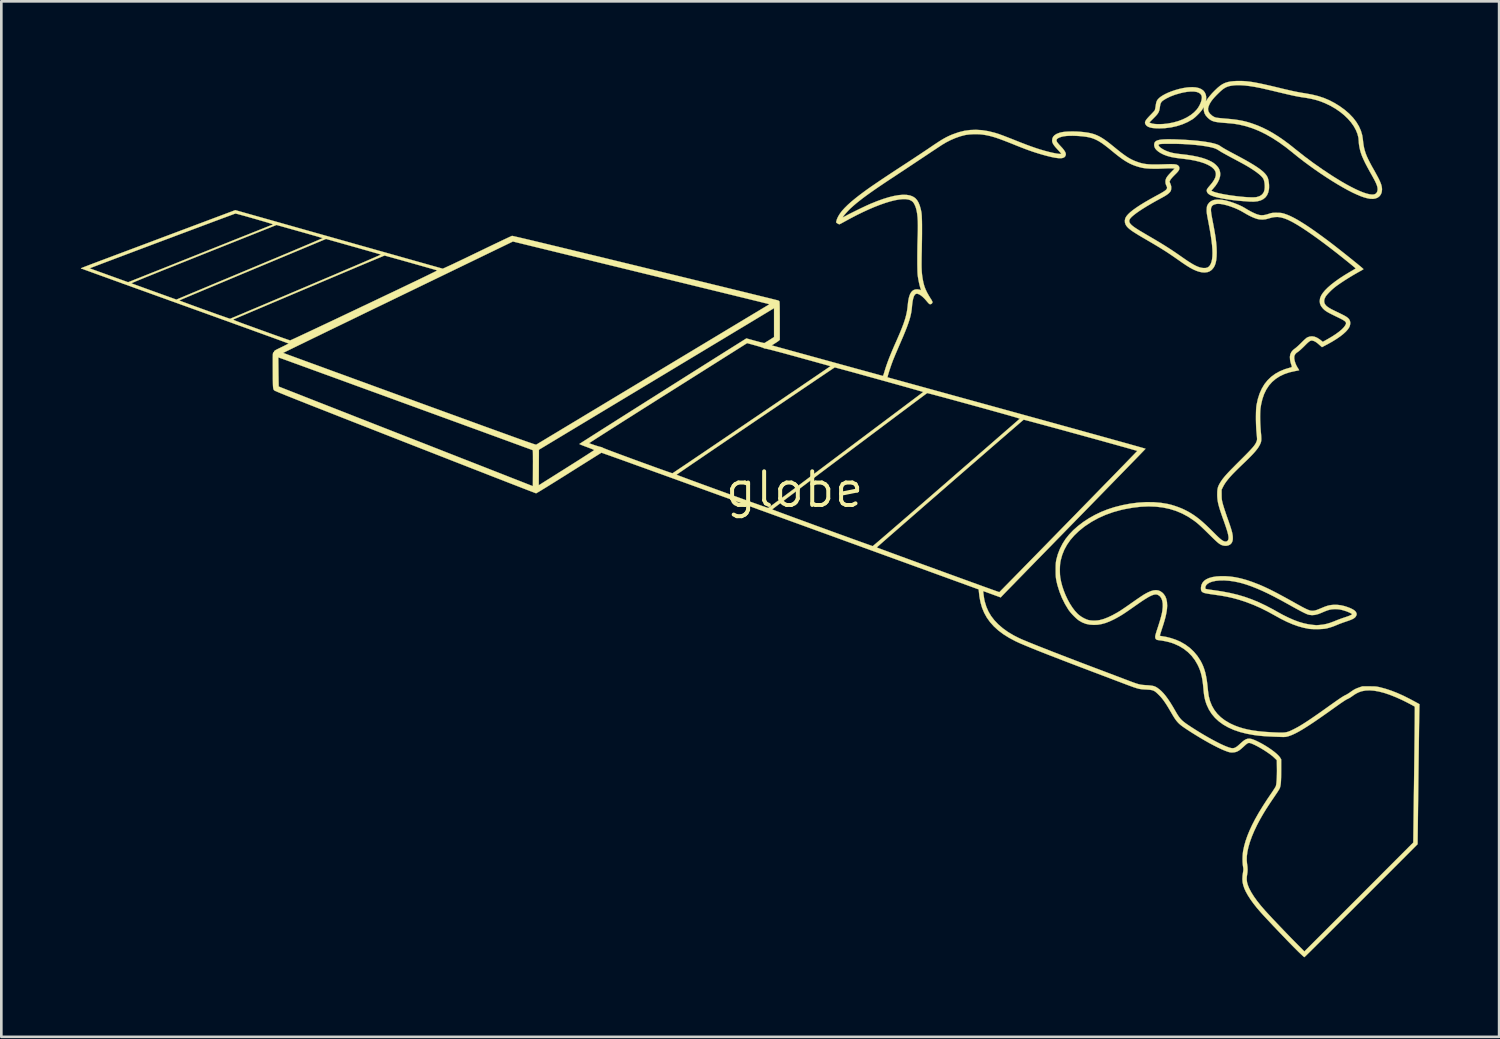
<source format=kicad_pcb>
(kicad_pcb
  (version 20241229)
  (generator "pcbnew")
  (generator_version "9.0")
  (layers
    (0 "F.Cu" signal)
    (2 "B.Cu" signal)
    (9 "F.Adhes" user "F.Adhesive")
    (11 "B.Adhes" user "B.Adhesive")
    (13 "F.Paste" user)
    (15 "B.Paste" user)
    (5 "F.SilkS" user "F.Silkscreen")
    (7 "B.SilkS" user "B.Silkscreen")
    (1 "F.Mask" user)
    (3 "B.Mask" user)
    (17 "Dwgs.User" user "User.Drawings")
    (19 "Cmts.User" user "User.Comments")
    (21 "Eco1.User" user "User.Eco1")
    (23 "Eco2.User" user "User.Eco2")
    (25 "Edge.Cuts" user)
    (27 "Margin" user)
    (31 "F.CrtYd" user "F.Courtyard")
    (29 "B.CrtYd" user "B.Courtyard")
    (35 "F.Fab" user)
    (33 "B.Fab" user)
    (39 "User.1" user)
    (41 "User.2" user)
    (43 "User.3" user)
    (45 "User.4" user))
  (footprint "globe"
    (layer "F.Cu")
    (at 26.928 15.421)
    (property "Reference" "globe" (at 0 0 0) (layer "F.SilkS") (effects (font (size 1.27 1.27) (thickness 0.15))))
    (attr through_hole)
    (fp_poly (pts (xy 14.347 -13.213) (xy 14.464 -13.208) (xy 14.708 -13.197) (xy 14.937 -13.182) (xy 15.148 -13.164) (xy 15.34 -13.143) (xy 15.513 -13.119) (xy 15.666 -13.093) (xy 15.798 -13.064) (xy 15.907 -13.033) (xy 15.993 -13) (xy 16.054 -12.965) (xy 16.057 -12.963) (xy 16.092 -12.937) (xy 16.137 -12.909) (xy 16.192 -12.875) (xy 16.261 -12.835) (xy 16.346 -12.788) (xy 16.448 -12.733) (xy 16.57 -12.668) (xy 16.623 -12.64) (xy 16.824 -12.532) (xy 17.004 -12.434) (xy 17.163 -12.343) (xy 17.302 -12.26) (xy 17.423 -12.183) (xy 17.527 -12.112) (xy 17.614 -12.046) (xy 17.687 -11.984) (xy 17.746 -11.924) (xy 17.793 -11.867) (xy 17.829 -11.81) (xy 17.855 -11.755) (xy 17.855 -11.753) (xy 17.876 -11.68) (xy 17.891 -11.592) (xy 17.9 -11.497) (xy 17.901 -11.403) (xy 17.896 -11.327) (xy 17.869 -11.209) (xy 17.825 -11.108) (xy 17.762 -11.024) (xy 17.681 -10.958) (xy 17.582 -10.909) (xy 17.463 -10.877) (xy 17.327 -10.863) (xy 17.171 -10.865) (xy 17.151 -10.867) (xy 17.12 -10.869) (xy 17.07 -10.873) (xy 17.007 -10.878) (xy 16.937 -10.883) (xy 16.916 -10.884) (xy 16.747 -10.899) (xy 16.578 -10.917) (xy 16.413 -10.938) (xy 16.256 -10.962) (xy 16.111 -10.988) (xy 15.981 -11.015) (xy 15.87 -11.043) (xy 15.809 -11.062) (xy 15.717 -11.096) (xy 15.649 -11.131) (xy 15.6 -11.168) (xy 15.568 -11.21) (xy 15.551 -11.258) (xy 15.55 -11.261) (xy 15.548 -11.291) (xy 15.556 -11.322) (xy 15.577 -11.359) (xy 15.611 -11.405) (xy 15.662 -11.465) (xy 15.664 -11.466) (xy 15.756 -11.578) (xy 15.825 -11.681) (xy 15.871 -11.775) (xy 15.893 -11.863) (xy 15.892 -11.944) (xy 15.868 -12.02) (xy 15.82 -12.09) (xy 15.749 -12.157) (xy 15.703 -12.191) (xy 15.588 -12.256) (xy 15.449 -12.315) (xy 15.286 -12.367) (xy 15.1 -12.413) (xy 14.892 -12.451) (xy 14.663 -12.481) (xy 14.58 -12.49) (xy 14.384 -12.515) (xy 14.21 -12.547) (xy 14.057 -12.588) (xy 13.923 -12.638) (xy 13.806 -12.698) (xy 13.722 -12.753) (xy 13.652 -12.813) (xy 13.604 -12.872) (xy 13.576 -12.933) (xy 13.567 -12.99) (xy 13.567 -12.999) (xy 13.731 -12.999) (xy 13.737 -12.971) (xy 13.765 -12.936) (xy 13.809 -12.897) (xy 13.868 -12.857) (xy 13.937 -12.817) (xy 14.014 -12.781) (xy 14.086 -12.753) (xy 14.171 -12.725) (xy 14.255 -12.703) (xy 14.346 -12.685) (xy 14.45 -12.67) (xy 14.572 -12.655) (xy 14.577 -12.655) (xy 14.806 -12.628) (xy 15.012 -12.596) (xy 15.197 -12.559) (xy 15.363 -12.517) (xy 15.511 -12.469) (xy 15.643 -12.414) (xy 15.742 -12.364) (xy 15.815 -12.317) (xy 15.885 -12.259) (xy 15.946 -12.196) (xy 15.995 -12.132) (xy 16.024 -12.076) (xy 16.05 -11.99) (xy 16.06 -11.911) (xy 16.053 -11.831) (xy 16.048 -11.802) (xy 16.014 -11.693) (xy 15.958 -11.579) (xy 15.881 -11.463) (xy 15.784 -11.347) (xy 15.777 -11.339) (xy 15.721 -11.279) (xy 15.771 -11.253) (xy 15.832 -11.228) (xy 15.914 -11.203) (xy 16.015 -11.178) (xy 16.131 -11.153) (xy 16.259 -11.129) (xy 16.396 -11.107) (xy 16.538 -11.087) (xy 16.681 -11.068) (xy 16.823 -11.053) (xy 16.96 -11.04) (xy 17.088 -11.031) (xy 17.204 -11.027) (xy 17.306 -11.026) (xy 17.389 -11.03) (xy 17.44 -11.038) (xy 17.536 -11.068) (xy 17.613 -11.112) (xy 17.671 -11.173) (xy 17.71 -11.243) (xy 17.728 -11.309) (xy 17.737 -11.391) (xy 17.737 -11.481) (xy 17.729 -11.572) (xy 17.712 -11.655) (xy 17.689 -11.719) (xy 17.655 -11.771) (xy 17.599 -11.833) (xy 17.522 -11.901) (xy 17.426 -11.976) (xy 17.313 -12.055) (xy 17.184 -12.138) (xy 17.041 -12.224) (xy 17.024 -12.233) (xy 16.97 -12.264) (xy 16.897 -12.304) (xy 16.812 -12.35) (xy 16.717 -12.401) (xy 16.619 -12.454) (xy 16.521 -12.506) (xy 16.504 -12.515) (xy 16.41 -12.565) (xy 16.32 -12.614) (xy 16.235 -12.661) (xy 16.159 -12.703) (xy 16.098 -12.738) (xy 16.054 -12.765) (xy 16.045 -12.771) (xy 15.977 -12.814) (xy 15.918 -12.847) (xy 15.859 -12.872) (xy 15.794 -12.893) (xy 15.715 -12.914) (xy 15.682 -12.921) (xy 15.516 -12.953) (xy 15.327 -12.981) (xy 15.12 -13.005) (xy 14.897 -13.023) (xy 14.661 -13.037) (xy 14.416 -13.045) (xy 14.211 -13.047) (xy 14.088 -13.047) (xy 13.987 -13.046) (xy 13.908 -13.044) (xy 13.846 -13.041) (xy 13.801 -13.037) (xy 13.769 -13.031) (xy 13.748 -13.023) (xy 13.736 -13.013) (xy 13.731 -13) (xy 13.731 -12.999) (xy 13.567 -12.999) (xy 13.568 -13.04) (xy 13.578 -13.082) (xy 13.6 -13.118) (xy 13.634 -13.148) (xy 13.682 -13.172) (xy 13.746 -13.19) (xy 13.826 -13.204) (xy 13.925 -13.212) (xy 14.044 -13.216) (xy 14.184 -13.216) (xy 14.347 -13.213)) (stroke (width 0.01) (type solid)) (fill yes) (layer "F.SilkS"))
    (fp_poly (pts (xy 16.241 3.267) (xy 16.432 3.28) (xy 16.626 3.307) (xy 16.825 3.349) (xy 17.033 3.406) (xy 17.252 3.479) (xy 17.486 3.569) (xy 17.537 3.589) (xy 17.637 3.632) (xy 17.739 3.678) (xy 17.845 3.727) (xy 17.958 3.782) (xy 18.078 3.843) (xy 18.21 3.911) (xy 18.353 3.988) (xy 18.512 4.074) (xy 18.688 4.171) (xy 18.883 4.28) (xy 18.929 4.306) (xy 19.053 4.374) (xy 19.157 4.431) (xy 19.244 4.476) (xy 19.316 4.511) (xy 19.377 4.537) (xy 19.427 4.555) (xy 19.47 4.566) (xy 19.508 4.571) (xy 19.527 4.572) (xy 19.569 4.571) (xy 19.609 4.566) (xy 19.651 4.556) (xy 19.701 4.541) (xy 19.763 4.517) (xy 19.841 4.485) (xy 19.875 4.471) (xy 19.973 4.43) (xy 20.054 4.4) (xy 20.125 4.378) (xy 20.19 4.363) (xy 20.256 4.354) (xy 20.328 4.348) (xy 20.339 4.347) (xy 20.476 4.348) (xy 20.61 4.364) (xy 20.749 4.396) (xy 20.836 4.424) (xy 20.952 4.467) (xy 21.044 4.51) (xy 21.114 4.553) (xy 21.163 4.598) (xy 21.192 4.646) (xy 21.198 4.661) (xy 21.205 4.693) (xy 21.203 4.721) (xy 21.19 4.754) (xy 21.182 4.771) (xy 21.16 4.806) (xy 21.128 4.837) (xy 21.085 4.867) (xy 21.026 4.897) (xy 20.95 4.928) (xy 20.853 4.962) (xy 20.809 4.977) (xy 20.729 5.004) (xy 20.645 5.034) (xy 20.564 5.064) (xy 20.498 5.091) (xy 20.485 5.096) (xy 20.335 5.158) (xy 20.198 5.204) (xy 20.068 5.239) (xy 20.066 5.239) (xy 20.001 5.25) (xy 19.917 5.258) (xy 19.82 5.263) (xy 19.717 5.266) (xy 19.614 5.265) (xy 19.517 5.262) (xy 19.434 5.256) (xy 19.393 5.25) (xy 19.197 5.211) (xy 18.996 5.155) (xy 18.787 5.08) (xy 18.569 4.986) (xy 18.341 4.872) (xy 18.142 4.762) (xy 17.858 4.606) (xy 17.585 4.469) (xy 17.317 4.351) (xy 17.053 4.249) (xy 16.787 4.161) (xy 16.65 4.122) (xy 16.529 4.09) (xy 16.408 4.062) (xy 16.282 4.036) (xy 16.146 4.011) (xy 15.994 3.987) (xy 15.87 3.969) (xy 15.754 3.952) (xy 15.661 3.939) (xy 15.587 3.927) (xy 15.529 3.916) (xy 15.485 3.907) (xy 15.452 3.898) (xy 15.426 3.889) (xy 15.405 3.879) (xy 15.395 3.873) (xy 15.36 3.844) (xy 15.339 3.806) (xy 15.331 3.752) (xy 15.331 3.707) (xy 15.494 3.707) (xy 15.496 3.729) (xy 15.506 3.742) (xy 15.53 3.751) (xy 15.561 3.758) (xy 15.597 3.764) (xy 15.652 3.773) (xy 15.72 3.783) (xy 15.793 3.793) (xy 15.824 3.797) (xy 16.14 3.845) (xy 16.436 3.902) (xy 16.716 3.969) (xy 16.987 4.049) (xy 17.251 4.143) (xy 17.514 4.252) (xy 17.781 4.379) (xy 18.055 4.523) (xy 18.186 4.597) (xy 18.414 4.723) (xy 18.628 4.829) (xy 18.829 4.918) (xy 19.019 4.989) (xy 19.202 5.043) (xy 19.377 5.081) (xy 19.548 5.104) (xy 19.554 5.105) (xy 19.606 5.109) (xy 19.648 5.113) (xy 19.674 5.116) (xy 19.679 5.116) (xy 19.696 5.116) (xy 19.733 5.113) (xy 19.783 5.11) (xy 19.832 5.105) (xy 19.958 5.09) (xy 20.08 5.064) (xy 20.207 5.026) (xy 20.344 4.975) (xy 20.393 4.955) (xy 20.475 4.922) (xy 20.566 4.887) (xy 20.657 4.854) (xy 20.737 4.827) (xy 20.741 4.826) (xy 20.83 4.796) (xy 20.906 4.769) (xy 20.966 4.743) (xy 21.008 4.722) (xy 21.029 4.706) (xy 21.031 4.701) (xy 21.02 4.687) (xy 20.989 4.668) (xy 20.943 4.645) (xy 20.887 4.62) (xy 20.825 4.595) (xy 20.764 4.574) (xy 20.655 4.542) (xy 20.56 4.522) (xy 20.47 4.512) (xy 20.377 4.51) (xy 20.341 4.512) (xy 20.265 4.518) (xy 20.192 4.531) (xy 20.116 4.553) (xy 20.03 4.584) (xy 19.93 4.626) (xy 19.896 4.641) (xy 19.761 4.695) (xy 19.637 4.727) (xy 19.523 4.737) (xy 19.417 4.725) (xy 19.364 4.711) (xy 19.322 4.695) (xy 19.269 4.671) (xy 19.202 4.639) (xy 19.121 4.598) (xy 19.024 4.546) (xy 18.909 4.484) (xy 18.775 4.41) (xy 18.622 4.324) (xy 18.612 4.319) (xy 18.344 4.171) (xy 18.094 4.039) (xy 17.86 3.921) (xy 17.641 3.818) (xy 17.435 3.729) (xy 17.241 3.652) (xy 17.057 3.587) (xy 16.882 3.534) (xy 16.776 3.507) (xy 16.583 3.466) (xy 16.395 3.44) (xy 16.215 3.427) (xy 16.046 3.428) (xy 15.892 3.443) (xy 15.755 3.472) (xy 15.748 3.475) (xy 15.654 3.51) (xy 15.581 3.554) (xy 15.529 3.605) (xy 15.5 3.663) (xy 15.494 3.707) (xy 15.331 3.707) (xy 15.331 3.696) (xy 15.348 3.6) (xy 15.388 3.516) (xy 15.449 3.444) (xy 15.532 3.384) (xy 15.637 3.337) (xy 15.763 3.301) (xy 15.91 3.277) (xy 16.078 3.267) (xy 16.241 3.267)) (stroke (width 0.01) (type solid)) (fill yes) (layer "F.SilkS"))
    (fp_poly (pts (xy 16.868 -15.415) (xy 16.959 -15.411) (xy 17.053 -15.403) (xy 17.153 -15.392) (xy 17.261 -15.377) (xy 17.378 -15.357) (xy 17.508 -15.332) (xy 17.652 -15.302) (xy 17.813 -15.266) (xy 17.994 -15.225) (xy 18.195 -15.177) (xy 18.282 -15.156) (xy 18.441 -15.117) (xy 18.58 -15.085) (xy 18.701 -15.057) (xy 18.808 -15.033) (xy 18.905 -15.013) (xy 18.995 -14.995) (xy 19.082 -14.979) (xy 19.17 -14.964) (xy 19.261 -14.95) (xy 19.278 -14.947) (xy 19.526 -14.902) (xy 19.756 -14.845) (xy 19.971 -14.774) (xy 20.176 -14.687) (xy 20.374 -14.583) (xy 20.562 -14.467) (xy 20.753 -14.329) (xy 20.922 -14.183) (xy 21.068 -14.031) (xy 21.19 -13.873) (xy 21.289 -13.71) (xy 21.364 -13.542) (xy 21.415 -13.37) (xy 21.439 -13.214) (xy 21.452 -13.095) (xy 21.468 -12.985) (xy 21.488 -12.882) (xy 21.514 -12.783) (xy 21.546 -12.683) (xy 21.587 -12.579) (xy 21.638 -12.468) (xy 21.699 -12.347) (xy 21.771 -12.211) (xy 21.854 -12.065) (xy 21.929 -11.93) (xy 21.992 -11.814) (xy 22.044 -11.714) (xy 22.084 -11.628) (xy 22.115 -11.554) (xy 22.137 -11.488) (xy 22.151 -11.429) (xy 22.159 -11.373) (xy 22.162 -11.321) (xy 22.151 -11.223) (xy 22.12 -11.14) (xy 22.07 -11.071) (xy 22.003 -11.018) (xy 21.92 -10.984) (xy 21.824 -10.968) (xy 21.715 -10.972) (xy 21.7 -10.974) (xy 21.597 -10.994) (xy 21.488 -11.024) (xy 21.367 -11.066) (xy 21.234 -11.121) (xy 21.084 -11.19) (xy 21.05 -11.206) (xy 20.877 -11.295) (xy 20.688 -11.399) (xy 20.487 -11.516) (xy 20.277 -11.645) (xy 20.061 -11.783) (xy 19.843 -11.928) (xy 19.625 -12.078) (xy 19.411 -12.232) (xy 19.203 -12.386) (xy 19.005 -12.539) (xy 18.819 -12.689) (xy 18.812 -12.695) (xy 18.543 -12.91) (xy 18.28 -13.1) (xy 18.022 -13.267) (xy 17.767 -13.412) (xy 17.516 -13.534) (xy 17.266 -13.634) (xy 17.017 -13.713) (xy 16.767 -13.772) (xy 16.567 -13.804) (xy 16.522 -13.809) (xy 16.458 -13.815) (xy 16.38 -13.822) (xy 16.295 -13.83) (xy 16.208 -13.836) (xy 16.206 -13.836) (xy 16.079 -13.847) (xy 15.974 -13.859) (xy 15.886 -13.873) (xy 15.814 -13.89) (xy 15.753 -13.912) (xy 15.699 -13.94) (xy 15.65 -13.974) (xy 15.601 -14.016) (xy 15.58 -14.036) (xy 15.511 -14.115) (xy 15.466 -14.196) (xy 15.442 -14.284) (xy 15.438 -14.345) (xy 15.437 -14.383) (xy 15.6 -14.383) (xy 15.602 -14.314) (xy 15.624 -14.249) (xy 15.667 -14.187) (xy 15.682 -14.171) (xy 15.76 -14.1) (xy 15.842 -14.053) (xy 15.9 -14.034) (xy 15.929 -14.029) (xy 15.979 -14.023) (xy 16.045 -14.016) (xy 16.124 -14.008) (xy 16.211 -14) (xy 16.269 -13.995) (xy 16.445 -13.979) (xy 16.601 -13.962) (xy 16.74 -13.942) (xy 16.869 -13.919) (xy 16.99 -13.892) (xy 17.109 -13.86) (xy 17.231 -13.822) (xy 17.266 -13.81) (xy 17.466 -13.737) (xy 17.662 -13.652) (xy 17.859 -13.554) (xy 18.056 -13.443) (xy 18.258 -13.316) (xy 18.467 -13.172) (xy 18.685 -13.009) (xy 18.905 -12.833) (xy 19.226 -12.579) (xy 19.564 -12.327) (xy 19.914 -12.081) (xy 20.268 -11.847) (xy 20.412 -11.756) (xy 20.618 -11.63) (xy 20.812 -11.518) (xy 20.994 -11.42) (xy 21.163 -11.335) (xy 21.318 -11.264) (xy 21.458 -11.208) (xy 21.583 -11.167) (xy 21.692 -11.141) (xy 21.784 -11.13) (xy 21.858 -11.135) (xy 21.914 -11.156) (xy 21.915 -11.157) (xy 21.96 -11.201) (xy 21.987 -11.26) (xy 21.997 -11.333) (xy 21.987 -11.415) (xy 21.966 -11.484) (xy 21.948 -11.529) (xy 21.928 -11.576) (xy 21.903 -11.628) (xy 21.873 -11.688) (xy 21.834 -11.759) (xy 21.787 -11.845) (xy 21.729 -11.948) (xy 21.715 -11.972) (xy 21.616 -12.152) (xy 21.532 -12.312) (xy 21.463 -12.456) (xy 21.408 -12.582) (xy 21.368 -12.692) (xy 21.338 -12.794) (xy 21.314 -12.9) (xy 21.296 -13.001) (xy 21.286 -13.091) (xy 21.285 -13.126) (xy 21.273 -13.271) (xy 21.236 -13.417) (xy 21.177 -13.563) (xy 21.097 -13.709) (xy 20.996 -13.852) (xy 20.876 -13.99) (xy 20.738 -14.123) (xy 20.583 -14.249) (xy 20.414 -14.366) (xy 20.23 -14.473) (xy 20.173 -14.502) (xy 20.008 -14.58) (xy 19.847 -14.644) (xy 19.682 -14.697) (xy 19.508 -14.74) (xy 19.318 -14.776) (xy 19.234 -14.789) (xy 19.159 -14.8) (xy 19.088 -14.811) (xy 19.02 -14.823) (xy 18.951 -14.836) (xy 18.878 -14.85) (xy 18.798 -14.867) (xy 18.708 -14.887) (xy 18.606 -14.91) (xy 18.487 -14.938) (xy 18.349 -14.971) (xy 18.205 -15.005) (xy 18.09 -15.033) (xy 17.976 -15.06) (xy 17.867 -15.085) (xy 17.768 -15.108) (xy 17.681 -15.128) (xy 17.611 -15.144) (xy 17.562 -15.155) (xy 17.558 -15.155) (xy 17.352 -15.195) (xy 17.159 -15.225) (xy 16.981 -15.246) (xy 16.821 -15.256) (xy 16.68 -15.257) (xy 16.608 -15.253) (xy 16.495 -15.24) (xy 16.4 -15.222) (xy 16.317 -15.196) (xy 16.241 -15.16) (xy 16.166 -15.11) (xy 16.087 -15.045) (xy 16.007 -14.97) (xy 15.912 -14.876) (xy 15.835 -14.794) (xy 15.772 -14.721) (xy 15.722 -14.654) (xy 15.681 -14.589) (xy 15.659 -14.55) (xy 15.62 -14.46) (xy 15.6 -14.383) (xy 15.437 -14.383) (xy 15.437 -14.435) (xy 15.392 -14.358) (xy 15.359 -14.309) (xy 15.31 -14.25) (xy 15.251 -14.185) (xy 15.186 -14.12) (xy 15.121 -14.058) (xy 15.059 -14.006) (xy 15.011 -13.971) (xy 14.831 -13.868) (xy 14.634 -13.782) (xy 14.423 -13.714) (xy 14.202 -13.665) (xy 13.974 -13.636) (xy 13.761 -13.627) (xy 13.624 -13.631) (xy 13.511 -13.641) (xy 13.419 -13.659) (xy 13.346 -13.685) (xy 13.291 -13.718) (xy 13.265 -13.744) (xy 13.237 -13.783) (xy 13.222 -13.821) (xy 13.221 -13.85) (xy 13.382 -13.85) (xy 13.435 -13.827) (xy 13.499 -13.807) (xy 13.583 -13.794) (xy 13.684 -13.787) (xy 13.798 -13.787) (xy 13.921 -13.793) (xy 14.048 -13.806) (xy 14.091 -13.812) (xy 14.285 -13.849) (xy 14.47 -13.9) (xy 14.644 -13.966) (xy 14.804 -14.044) (xy 14.947 -14.133) (xy 15.071 -14.232) (xy 15.169 -14.334) (xy 15.23 -14.417) (xy 15.282 -14.508) (xy 15.323 -14.6) (xy 15.351 -14.689) (xy 15.364 -14.77) (xy 15.364 -14.817) (xy 15.345 -14.882) (xy 15.304 -14.935) (xy 15.244 -14.975) (xy 15.164 -15.003) (xy 15.066 -15.018) (xy 14.95 -15.019) (xy 14.818 -15.008) (xy 14.671 -14.983) (xy 14.547 -14.954) (xy 14.351 -14.897) (xy 14.176 -14.83) (xy 14.021 -14.754) (xy 13.927 -14.697) (xy 13.878 -14.661) (xy 13.842 -14.625) (xy 13.817 -14.584) (xy 13.799 -14.532) (xy 13.786 -14.462) (xy 13.78 -14.421) (xy 13.769 -14.352) (xy 13.755 -14.294) (xy 13.735 -14.243) (xy 13.707 -14.193) (xy 13.667 -14.14) (xy 13.612 -14.08) (xy 13.542 -14.009) (xy 13.382 -13.85) (xy 13.221 -13.85) (xy 13.221 -13.859) (xy 13.235 -13.902) (xy 13.265 -13.952) (xy 13.313 -14.011) (xy 13.379 -14.083) (xy 13.411 -14.116) (xy 13.464 -14.171) (xy 13.511 -14.221) (xy 13.55 -14.263) (xy 13.576 -14.294) (xy 13.587 -14.309) (xy 13.595 -14.332) (xy 13.605 -14.375) (xy 13.615 -14.429) (xy 13.622 -14.474) (xy 13.634 -14.551) (xy 13.647 -14.61) (xy 13.662 -14.654) (xy 13.681 -14.69) (xy 13.706 -14.724) (xy 13.717 -14.737) (xy 13.782 -14.798) (xy 13.869 -14.859) (xy 13.974 -14.918) (xy 14.094 -14.975) (xy 14.226 -15.027) (xy 14.366 -15.074) (xy 14.51 -15.115) (xy 14.655 -15.147) (xy 14.797 -15.17) (xy 14.856 -15.176) (xy 15.004 -15.183) (xy 15.135 -15.174) (xy 15.249 -15.149) (xy 15.344 -15.109) (xy 15.42 -15.054) (xy 15.477 -14.984) (xy 15.513 -14.9) (xy 15.526 -14.833) (xy 15.528 -14.778) (xy 15.525 -14.721) (xy 15.522 -14.7) (xy 15.516 -14.665) (xy 15.516 -14.652) (xy 15.523 -14.659) (xy 15.524 -14.661) (xy 15.584 -14.75) (xy 15.662 -14.849) (xy 15.752 -14.953) (xy 15.852 -15.056) (xy 15.957 -15.156) (xy 15.964 -15.162) (xy 16.054 -15.236) (xy 16.142 -15.295) (xy 16.234 -15.34) (xy 16.333 -15.373) (xy 16.445 -15.396) (xy 16.573 -15.409) (xy 16.686 -15.415) (xy 16.777 -15.416) (xy 16.868 -15.415)) (stroke (width 0.01) (type solid)) (fill yes) (layer "F.SilkS"))
    (fp_poly (pts (xy 7.071 -13.56) (xy 7.305 -13.523) (xy 7.548 -13.463) (xy 7.662 -13.428) (xy 7.715 -13.411) (xy 7.787 -13.384) (xy 7.875 -13.352) (xy 7.975 -13.313) (xy 8.084 -13.271) (xy 8.197 -13.227) (xy 8.311 -13.182) (xy 8.329 -13.174) (xy 8.552 -13.086) (xy 8.754 -13.008) (xy 8.941 -12.94) (xy 9.114 -12.88) (xy 9.276 -12.828) (xy 9.431 -12.783) (xy 9.581 -12.743) (xy 9.729 -12.708) (xy 9.813 -12.691) (xy 9.889 -12.677) (xy 9.956 -12.668) (xy 10.008 -12.664) (xy 10.044 -12.665) (xy 10.058 -12.671) (xy 10.058 -12.672) (xy 10.05 -12.686) (xy 10.027 -12.714) (xy 9.992 -12.754) (xy 9.949 -12.802) (xy 9.919 -12.834) (xy 9.847 -12.913) (xy 9.793 -12.98) (xy 9.755 -13.037) (xy 9.73 -13.089) (xy 9.718 -13.137) (xy 9.716 -13.173) (xy 9.726 -13.249) (xy 9.757 -13.315) (xy 9.81 -13.371) (xy 9.886 -13.419) (xy 9.985 -13.458) (xy 10.049 -13.476) (xy 10.135 -13.492) (xy 10.241 -13.503) (xy 10.362 -13.509) (xy 10.495 -13.511) (xy 10.633 -13.508) (xy 10.772 -13.5) (xy 10.907 -13.487) (xy 11.035 -13.47) (xy 11.125 -13.454) (xy 11.224 -13.431) (xy 11.318 -13.402) (xy 11.41 -13.365) (xy 11.503 -13.32) (xy 11.6 -13.264) (xy 11.704 -13.196) (xy 11.817 -13.114) (xy 11.942 -13.016) (xy 12.065 -12.916) (xy 12.199 -12.807) (xy 12.318 -12.713) (xy 12.425 -12.634) (xy 12.521 -12.567) (xy 12.609 -12.511) (xy 12.693 -12.464) (xy 12.775 -12.424) (xy 12.857 -12.39) (xy 12.859 -12.389) (xy 12.944 -12.358) (xy 13.025 -12.331) (xy 13.103 -12.31) (xy 13.183 -12.293) (xy 13.268 -12.281) (xy 13.36 -12.272) (xy 13.463 -12.267) (xy 13.58 -12.265) (xy 13.714 -12.266) (xy 13.868 -12.27) (xy 13.97 -12.273) (xy 14.092 -12.277) (xy 14.191 -12.278) (xy 14.27 -12.277) (xy 14.333 -12.273) (xy 14.382 -12.266) (xy 14.42 -12.256) (xy 14.449 -12.242) (xy 14.473 -12.224) (xy 14.48 -12.217) (xy 14.506 -12.184) (xy 14.516 -12.145) (xy 14.516 -12.128) (xy 14.514 -12.096) (xy 14.505 -12.066) (xy 14.488 -12.034) (xy 14.461 -11.997) (xy 14.42 -11.951) (xy 14.363 -11.894) (xy 14.334 -11.865) (xy 14.274 -11.804) (xy 14.225 -11.749) (xy 14.189 -11.703) (xy 14.173 -11.677) (xy 14.145 -11.619) (xy 14.179 -11.532) (xy 14.199 -11.478) (xy 14.209 -11.433) (xy 14.21 -11.386) (xy 14.209 -11.362) (xy 14.204 -11.311) (xy 14.193 -11.274) (xy 14.174 -11.242) (xy 14.165 -11.23) (xy 14.13 -11.192) (xy 14.087 -11.154) (xy 14.032 -11.114) (xy 13.963 -11.071) (xy 13.875 -11.021) (xy 13.834 -10.999) (xy 13.636 -10.891) (xy 13.453 -10.787) (xy 13.285 -10.688) (xy 13.135 -10.595) (xy 13.002 -10.508) (xy 12.888 -10.428) (xy 12.794 -10.355) (xy 12.72 -10.291) (xy 12.668 -10.235) (xy 12.642 -10.196) (xy 12.625 -10.146) (xy 12.63 -10.095) (xy 12.656 -10.044) (xy 12.705 -9.989) (xy 12.755 -9.946) (xy 12.786 -9.922) (xy 12.82 -9.897) (xy 12.858 -9.871) (xy 12.902 -9.842) (xy 12.956 -9.808) (xy 13.02 -9.768) (xy 13.098 -9.722) (xy 13.191 -9.667) (xy 13.302 -9.601) (xy 13.424 -9.53) (xy 13.617 -9.417) (xy 13.792 -9.312) (xy 13.953 -9.213) (xy 14.103 -9.118) (xy 14.246 -9.025) (xy 14.387 -8.93) (xy 14.53 -8.831) (xy 14.561 -8.809) (xy 14.705 -8.709) (xy 14.831 -8.623) (xy 14.943 -8.552) (xy 15.04 -8.494) (xy 15.127 -8.448) (xy 15.205 -8.413) (xy 15.275 -8.387) (xy 15.341 -8.37) (xy 15.403 -8.361) (xy 15.425 -8.36) (xy 15.508 -8.361) (xy 15.573 -8.377) (xy 15.625 -8.409) (xy 15.665 -8.455) (xy 15.702 -8.52) (xy 15.73 -8.598) (xy 15.75 -8.69) (xy 15.762 -8.798) (xy 15.766 -8.921) (xy 15.762 -9.062) (xy 15.75 -9.221) (xy 15.729 -9.399) (xy 15.701 -9.598) (xy 15.663 -9.819) (xy 15.618 -10.063) (xy 15.614 -10.085) (xy 15.593 -10.193) (xy 15.576 -10.281) (xy 15.564 -10.351) (xy 15.555 -10.407) (xy 15.55 -10.454) (xy 15.547 -10.494) (xy 15.547 -10.532) (xy 15.547 -10.566) (xy 15.551 -10.627) (xy 15.556 -10.671) (xy 15.566 -10.707) (xy 15.582 -10.742) (xy 15.59 -10.756) (xy 15.64 -10.826) (xy 15.708 -10.88) (xy 15.79 -10.918) (xy 15.854 -10.933) (xy 15.936 -10.94) (xy 16.028 -10.939) (xy 16.126 -10.932) (xy 16.221 -10.917) (xy 16.256 -10.909) (xy 16.385 -10.875) (xy 16.518 -10.832) (xy 16.651 -10.783) (xy 16.777 -10.731) (xy 16.891 -10.677) (xy 16.986 -10.623) (xy 17.005 -10.611) (xy 17.096 -10.556) (xy 17.193 -10.502) (xy 17.289 -10.453) (xy 17.378 -10.412) (xy 17.452 -10.383) (xy 17.535 -10.36) (xy 17.612 -10.35) (xy 17.691 -10.354) (xy 17.778 -10.37) (xy 17.871 -10.397) (xy 17.931 -10.417) (xy 17.978 -10.43) (xy 18.02 -10.438) (xy 18.064 -10.442) (xy 18.119 -10.444) (xy 18.186 -10.444) (xy 18.262 -10.443) (xy 18.32 -10.44) (xy 18.368 -10.435) (xy 18.414 -10.425) (xy 18.465 -10.411) (xy 18.472 -10.409) (xy 18.578 -10.372) (xy 18.695 -10.323) (xy 18.823 -10.26) (xy 18.964 -10.183) (xy 19.117 -10.091) (xy 19.285 -9.985) (xy 19.467 -9.863) (xy 19.665 -9.725) (xy 19.879 -9.57) (xy 20.111 -9.399) (xy 20.161 -9.361) (xy 20.239 -9.302) (xy 20.326 -9.235) (xy 20.42 -9.162) (xy 20.52 -9.083) (xy 20.624 -9.002) (xy 20.73 -8.918) (xy 20.835 -8.835) (xy 20.938 -8.752) (xy 21.037 -8.673) (xy 21.13 -8.597) (xy 21.216 -8.528) (xy 21.292 -8.465) (xy 21.356 -8.412) (xy 21.407 -8.369) (xy 21.442 -8.338) (xy 21.46 -8.32) (xy 21.462 -8.317) (xy 21.452 -8.308) (xy 21.426 -8.291) (xy 21.396 -8.274) (xy 21.233 -8.183) (xy 21.068 -8.088) (xy 20.906 -7.99) (xy 20.751 -7.892) (xy 20.609 -7.798) (xy 20.482 -7.71) (xy 20.422 -7.666) (xy 20.344 -7.604) (xy 20.265 -7.535) (xy 20.191 -7.463) (xy 20.124 -7.393) (xy 20.069 -7.329) (xy 20.031 -7.276) (xy 20.029 -7.272) (xy 19.992 -7.191) (xy 19.978 -7.115) (xy 19.988 -7.045) (xy 20 -7.016) (xy 20.027 -6.973) (xy 20.063 -6.932) (xy 20.112 -6.892) (xy 20.175 -6.85) (xy 20.256 -6.804) (xy 20.358 -6.753) (xy 20.407 -6.729) (xy 20.527 -6.672) (xy 20.626 -6.623) (xy 20.707 -6.582) (xy 20.771 -6.547) (xy 20.822 -6.516) (xy 20.861 -6.487) (xy 20.891 -6.46) (xy 20.915 -6.433) (xy 20.934 -6.404) (xy 20.944 -6.384) (xy 20.963 -6.321) (xy 20.963 -6.248) (xy 20.945 -6.171) (xy 20.926 -6.126) (xy 20.875 -6.047) (xy 20.8 -5.962) (xy 20.703 -5.873) (xy 20.585 -5.78) (xy 20.446 -5.684) (xy 20.288 -5.586) (xy 20.112 -5.487) (xy 20.054 -5.457) (xy 19.897 -5.374) (xy 19.8 -5.459) (xy 19.734 -5.516) (xy 19.68 -5.557) (xy 19.633 -5.586) (xy 19.588 -5.606) (xy 19.563 -5.614) (xy 19.528 -5.622) (xy 19.496 -5.623) (xy 19.464 -5.614) (xy 19.429 -5.596) (xy 19.387 -5.564) (xy 19.336 -5.518) (xy 19.272 -5.455) (xy 19.241 -5.423) (xy 19.182 -5.365) (xy 19.123 -5.309) (xy 19.07 -5.261) (xy 19.026 -5.224) (xy 18.998 -5.203) (xy 18.932 -5.156) (xy 18.888 -5.109) (xy 18.862 -5.059) (xy 18.852 -5.02) (xy 18.851 -4.947) (xy 18.866 -4.861) (xy 18.894 -4.769) (xy 18.935 -4.674) (xy 18.987 -4.584) (xy 18.999 -4.566) (xy 19.02 -4.533) (xy 19.033 -4.51) (xy 19.035 -4.502) (xy 19.022 -4.499) (xy 18.988 -4.492) (xy 18.94 -4.482) (xy 18.882 -4.471) (xy 18.881 -4.471) (xy 18.671 -4.424) (xy 18.479 -4.359) (xy 18.306 -4.277) (xy 18.152 -4.178) (xy 18.015 -4.061) (xy 17.897 -3.927) (xy 17.796 -3.774) (xy 17.713 -3.603) (xy 17.648 -3.414) (xy 17.6 -3.207) (xy 17.577 -3.061) (xy 17.57 -2.976) (xy 17.566 -2.87) (xy 17.564 -2.749) (xy 17.566 -2.616) (xy 17.571 -2.477) (xy 17.579 -2.336) (xy 17.589 -2.197) (xy 17.59 -2.183) (xy 17.6 -2.076) (xy 17.606 -1.99) (xy 17.608 -1.922) (xy 17.607 -1.867) (xy 17.601 -1.821) (xy 17.591 -1.78) (xy 17.576 -1.74) (xy 17.556 -1.697) (xy 17.551 -1.686) (xy 17.518 -1.628) (xy 17.479 -1.567) (xy 17.43 -1.502) (xy 17.372 -1.431) (xy 17.301 -1.352) (xy 17.216 -1.263) (xy 17.117 -1.163) (xy 17 -1.049) (xy 16.896 -0.95) (xy 16.755 -0.814) (xy 16.632 -0.692) (xy 16.525 -0.583) (xy 16.434 -0.484) (xy 16.357 -0.393) (xy 16.292 -0.31) (xy 16.237 -0.232) (xy 16.192 -0.157) (xy 16.163 -0.102) (xy 16.11 0.005) (xy 16.111 0.19) (xy 16.112 0.267) (xy 16.114 0.327) (xy 16.119 0.378) (xy 16.128 0.429) (xy 16.142 0.488) (xy 16.157 0.546) (xy 16.174 0.603) (xy 16.197 0.679) (xy 16.226 0.769) (xy 16.259 0.868) (xy 16.294 0.972) (xy 16.33 1.075) (xy 16.337 1.093) (xy 16.384 1.227) (xy 16.423 1.34) (xy 16.454 1.435) (xy 16.479 1.516) (xy 16.498 1.584) (xy 16.512 1.642) (xy 16.522 1.695) (xy 16.529 1.744) (xy 16.532 1.785) (xy 16.533 1.869) (xy 16.522 1.936) (xy 16.499 1.994) (xy 16.475 2.03) (xy 16.426 2.076) (xy 16.361 2.106) (xy 16.286 2.121) (xy 16.207 2.118) (xy 16.128 2.099) (xy 16.105 2.089) (xy 16.076 2.075) (xy 16.048 2.059) (xy 16.019 2.04) (xy 15.988 2.017) (xy 15.951 1.986) (xy 15.907 1.947) (xy 15.853 1.897) (xy 15.788 1.834) (xy 15.71 1.757) (xy 15.621 1.67) (xy 15.523 1.574) (xy 15.44 1.493) (xy 15.37 1.426) (xy 15.31 1.37) (xy 15.257 1.322) (xy 15.209 1.281) (xy 15.164 1.243) (xy 15.118 1.208) (xy 15.069 1.171) (xy 15.062 1.166) (xy 14.848 1.023) (xy 14.624 0.903) (xy 14.391 0.805) (xy 14.148 0.729) (xy 13.894 0.675) (xy 13.63 0.644) (xy 13.354 0.634) (xy 13.067 0.646) (xy 12.767 0.681) (xy 12.455 0.737) (xy 12.319 0.767) (xy 12.023 0.849) (xy 11.737 0.951) (xy 11.465 1.072) (xy 11.208 1.213) (xy 10.967 1.371) (xy 10.918 1.407) (xy 10.721 1.567) (xy 10.549 1.733) (xy 10.4 1.905) (xy 10.276 2.084) (xy 10.174 2.271) (xy 10.096 2.466) (xy 10.04 2.669) (xy 10.026 2.742) (xy 10.017 2.813) (xy 10.011 2.902) (xy 10.008 3.001) (xy 10.009 3.102) (xy 10.012 3.198) (xy 10.019 3.28) (xy 10.021 3.298) (xy 10.052 3.466) (xy 10.097 3.639) (xy 10.155 3.813) (xy 10.224 3.985) (xy 10.302 4.15) (xy 10.388 4.306) (xy 10.48 4.449) (xy 10.576 4.576) (xy 10.674 4.682) (xy 10.73 4.732) (xy 10.818 4.796) (xy 10.916 4.853) (xy 11.015 4.898) (xy 11.087 4.922) (xy 11.162 4.935) (xy 11.252 4.942) (xy 11.348 4.942) (xy 11.441 4.935) (xy 11.513 4.923) (xy 11.659 4.883) (xy 11.818 4.822) (xy 11.987 4.742) (xy 12.164 4.645) (xy 12.262 4.586) (xy 12.305 4.559) (xy 12.364 4.519) (xy 12.437 4.47) (xy 12.519 4.414) (xy 12.607 4.353) (xy 12.696 4.29) (xy 12.732 4.265) (xy 12.821 4.203) (xy 12.908 4.142) (xy 12.991 4.086) (xy 13.066 4.035) (xy 13.128 3.994) (xy 13.176 3.963) (xy 13.19 3.954) (xy 13.32 3.883) (xy 13.436 3.832) (xy 13.54 3.802) (xy 13.635 3.793) (xy 13.721 3.804) (xy 13.799 3.835) (xy 13.873 3.887) (xy 13.922 3.936) (xy 13.982 4.021) (xy 14.024 4.124) (xy 14.049 4.244) (xy 14.056 4.38) (xy 14.049 4.499) (xy 14.036 4.595) (xy 14.017 4.698) (xy 13.992 4.81) (xy 13.958 4.935) (xy 13.916 5.077) (xy 13.869 5.222) (xy 13.843 5.302) (xy 13.82 5.373) (xy 13.802 5.433) (xy 13.788 5.477) (xy 13.78 5.504) (xy 13.78 5.508) (xy 13.791 5.517) (xy 13.821 5.525) (xy 13.853 5.53) (xy 14.026 5.559) (xy 14.205 5.605) (xy 14.382 5.665) (xy 14.546 5.736) (xy 14.56 5.743) (xy 14.741 5.847) (xy 14.909 5.971) (xy 15.061 6.114) (xy 15.194 6.272) (xy 15.307 6.444) (xy 15.308 6.445) (xy 15.365 6.552) (xy 15.414 6.661) (xy 15.456 6.776) (xy 15.493 6.9) (xy 15.523 7.035) (xy 15.55 7.186) (xy 15.572 7.354) (xy 15.592 7.545) (xy 15.596 7.586) (xy 15.624 7.789) (xy 15.673 7.978) (xy 15.743 8.152) (xy 15.834 8.311) (xy 15.946 8.457) (xy 16.079 8.588) (xy 16.234 8.706) (xy 16.41 8.81) (xy 16.453 8.832) (xy 16.603 8.901) (xy 16.761 8.96) (xy 16.928 9.011) (xy 17.107 9.054) (xy 17.3 9.089) (xy 17.51 9.118) (xy 17.74 9.14) (xy 17.992 9.156) (xy 18.009 9.157) (xy 18.14 9.163) (xy 18.25 9.167) (xy 18.341 9.169) (xy 18.417 9.168) (xy 18.483 9.164) (xy 18.54 9.156) (xy 18.593 9.143) (xy 18.645 9.126) (xy 18.7 9.104) (xy 18.761 9.075) (xy 18.815 9.049) (xy 18.899 9.006) (xy 18.988 8.958) (xy 19.083 8.903) (xy 19.185 8.84) (xy 19.298 8.768) (xy 19.422 8.686) (xy 19.559 8.593) (xy 19.711 8.488) (xy 19.88 8.37) (xy 20.06 8.242) (xy 20.194 8.146) (xy 20.31 8.064) (xy 20.409 7.994) (xy 20.493 7.935) (xy 20.563 7.887) (xy 20.622 7.848) (xy 20.671 7.817) (xy 20.711 7.792) (xy 20.745 7.773) (xy 20.775 7.758) (xy 20.789 7.751) (xy 20.831 7.729) (xy 20.883 7.698) (xy 20.939 7.662) (xy 20.96 7.646) (xy 21.035 7.594) (xy 21.097 7.554) (xy 21.154 7.523) (xy 21.214 7.496) (xy 21.284 7.47) (xy 21.298 7.465) (xy 21.419 7.423) (xy 21.679 7.423) (xy 21.77 7.424) (xy 21.841 7.425) (xy 21.897 7.427) (xy 21.945 7.431) (xy 21.989 7.438) (xy 22.035 7.447) (xy 22.089 7.459) (xy 22.092 7.46) (xy 22.3 7.516) (xy 22.515 7.587) (xy 22.739 7.675) (xy 22.974 7.78) (xy 23.221 7.904) (xy 23.398 7.999) (xy 23.575 8.096) (xy 23.567 8.49) (xy 23.566 8.545) (xy 23.565 8.624) (xy 23.563 8.726) (xy 23.561 8.848) (xy 23.559 8.989) (xy 23.557 9.147) (xy 23.555 9.321) (xy 23.552 9.51) (xy 23.55 9.711) (xy 23.547 9.923) (xy 23.544 10.144) (xy 23.541 10.374) (xy 23.538 10.61) (xy 23.535 10.85) (xy 23.532 11.094) (xy 23.532 11.132) (xy 23.504 13.379) (xy 21.376 15.51) (xy 21.181 15.704) (xy 20.992 15.894) (xy 20.807 16.078) (xy 20.629 16.256) (xy 20.458 16.426) (xy 20.295 16.589) (xy 20.141 16.743) (xy 19.996 16.888) (xy 19.86 17.022) (xy 19.736 17.145) (xy 19.624 17.257) (xy 19.524 17.355) (xy 19.438 17.441) (xy 19.365 17.512) (xy 19.308 17.569) (xy 19.266 17.609) (xy 19.24 17.633) (xy 19.232 17.64) (xy 19.219 17.632) (xy 19.191 17.608) (xy 19.15 17.571) (xy 19.099 17.524) (xy 19.041 17.469) (xy 19.002 17.431) (xy 18.935 17.365) (xy 18.852 17.282) (xy 18.757 17.185) (xy 18.652 17.078) (xy 18.54 16.962) (xy 18.422 16.839) (xy 18.302 16.714) (xy 18.182 16.588) (xy 18.063 16.463) (xy 17.95 16.342) (xy 17.843 16.228) (xy 17.746 16.124) (xy 17.66 16.031) (xy 17.589 15.952) (xy 17.582 15.944) (xy 17.437 15.776) (xy 17.308 15.612) (xy 17.194 15.453) (xy 17.098 15.303) (xy 17.02 15.162) (xy 16.967 15.045) (xy 16.927 14.927) (xy 16.902 14.813) (xy 16.894 14.697) (xy 16.9 14.571) (xy 16.915 14.462) (xy 16.925 14.399) (xy 16.931 14.352) (xy 16.931 14.313) (xy 16.928 14.274) (xy 16.92 14.227) (xy 16.909 14.147) (xy 16.902 14.049) (xy 16.9 13.942) (xy 16.903 13.833) (xy 16.91 13.73) (xy 16.921 13.641) (xy 16.922 13.634) (xy 16.961 13.449) (xy 17.014 13.26) (xy 17.082 13.064) (xy 17.165 12.861) (xy 17.263 12.65) (xy 17.378 12.428) (xy 17.51 12.195) (xy 17.66 11.95) (xy 17.828 11.69) (xy 17.974 11.475) (xy 18.023 11.404) (xy 18.067 11.336) (xy 18.105 11.277) (xy 18.134 11.23) (xy 18.152 11.197) (xy 18.156 11.188) (xy 18.168 11.139) (xy 18.178 11.068) (xy 18.186 10.977) (xy 18.192 10.869) (xy 18.196 10.748) (xy 18.198 10.616) (xy 18.197 10.518) (xy 18.193 10.209) (xy 18.091 10.111) (xy 18.018 10.046) (xy 17.926 9.976) (xy 17.82 9.902) (xy 17.706 9.827) (xy 17.588 9.756) (xy 17.472 9.691) (xy 17.363 9.635) (xy 17.264 9.591) (xy 17.225 9.575) (xy 17.184 9.563) (xy 17.151 9.557) (xy 17.119 9.561) (xy 17.086 9.575) (xy 17.047 9.602) (xy 16.998 9.644) (xy 16.936 9.702) (xy 16.935 9.703) (xy 16.854 9.776) (xy 16.784 9.831) (xy 16.72 9.87) (xy 16.659 9.896) (xy 16.596 9.911) (xy 16.542 9.916) (xy 16.489 9.918) (xy 16.446 9.915) (xy 16.402 9.907) (xy 16.348 9.891) (xy 16.319 9.881) (xy 16.217 9.843) (xy 16.097 9.791) (xy 15.962 9.727) (xy 15.813 9.651) (xy 15.654 9.566) (xy 15.487 9.472) (xy 15.314 9.371) (xy 15.138 9.264) (xy 14.96 9.153) (xy 14.816 9.059) (xy 14.718 8.994) (xy 14.635 8.936) (xy 14.565 8.883) (xy 14.505 8.831) (xy 14.452 8.776) (xy 14.401 8.716) (xy 14.351 8.647) (xy 14.298 8.565) (xy 14.24 8.467) (xy 14.179 8.363) (xy 14.102 8.231) (xy 14.033 8.119) (xy 13.97 8.024) (xy 13.911 7.941) (xy 13.853 7.867) (xy 13.793 7.799) (xy 13.748 7.753) (xy 13.682 7.688) (xy 13.626 7.639) (xy 13.576 7.603) (xy 13.525 7.579) (xy 13.467 7.563) (xy 13.398 7.552) (xy 13.311 7.546) (xy 13.269 7.543) (xy 13.209 7.541) (xy 13.157 7.537) (xy 13.11 7.534) (xy 13.065 7.528) (xy 13.02 7.521) (xy 12.974 7.511) (xy 12.922 7.497) (xy 12.864 7.479) (xy 12.796 7.457) (xy 12.716 7.428) (xy 12.622 7.394) (xy 12.512 7.353) (xy 12.383 7.304) (xy 12.232 7.246) (xy 12.23 7.246) (xy 12.135 7.21) (xy 12.019 7.166) (xy 11.889 7.116) (xy 11.747 7.062) (xy 11.597 7.006) (xy 11.445 6.948) (xy 11.293 6.891) (xy 11.146 6.835) (xy 11.1 6.817) (xy 10.753 6.686) (xy 10.431 6.563) (xy 10.131 6.448) (xy 9.855 6.341) (xy 9.601 6.243) (xy 9.369 6.152) (xy 9.159 6.069) (xy 8.971 5.993) (xy 8.805 5.925) (xy 8.659 5.864) (xy 8.534 5.811) (xy 8.429 5.764) (xy 8.344 5.724) (xy 8.325 5.715) (xy 8.088 5.589) (xy 7.875 5.455) (xy 7.686 5.313) (xy 7.52 5.162) (xy 7.376 5.001) (xy 7.253 4.83) (xy 7.152 4.648) (xy 7.072 4.455) (xy 7.013 4.249) (xy 6.972 4.029) (xy 6.96 3.919) (xy 6.954 3.86) (xy 6.949 3.811) (xy 6.946 3.778) (xy 6.943 3.765) (xy 6.943 3.765) (xy 6.931 3.76) (xy 6.896 3.748) (xy 6.838 3.727) (xy 6.759 3.698) (xy 6.658 3.661) (xy 6.536 3.617) (xy 6.395 3.565) (xy 6.234 3.507) (xy 6.055 3.442) (xy 5.857 3.37) (xy 5.643 3.292) (xy 5.411 3.208) (xy 5.164 3.118) (xy 4.901 3.022) (xy 4.624 2.922) (xy 4.332 2.816) (xy 4.028 2.705) (xy 3.71 2.59) (xy 3.38 2.47) (xy 3.039 2.346) (xy 2.687 2.218) (xy 2.591 2.183) (xy 3.099 2.183) (xy 3.111 2.188) (xy 3.145 2.201) (xy 3.2 2.222) (xy 3.275 2.25) (xy 3.368 2.285) (xy 3.478 2.325) (xy 3.604 2.372) (xy 3.743 2.423) (xy 3.896 2.479) (xy 4.059 2.539) (xy 4.233 2.603) (xy 4.415 2.669) (xy 4.604 2.738) (xy 4.798 2.81) (xy 4.997 2.882) (xy 5.199 2.956) (xy 5.402 3.03) (xy 5.606 3.104) (xy 5.808 3.178) (xy 6.007 3.25) (xy 6.202 3.321) (xy 6.391 3.39) (xy 6.574 3.456) (xy 6.748 3.52) (xy 6.913 3.579) (xy 7.066 3.635) (xy 7.207 3.686) (xy 7.334 3.731) (xy 7.446 3.772) (xy 7.54 3.805) (xy 7.617 3.833) (xy 7.674 3.853) (xy 7.71 3.865) (xy 7.724 3.869) (xy 7.724 3.869) (xy 7.734 3.86) (xy 7.76 3.834) (xy 7.803 3.79) (xy 7.862 3.731) (xy 7.935 3.656) (xy 8.023 3.567) (xy 8.124 3.464) (xy 8.239 3.347) (xy 8.365 3.218) (xy 8.503 3.078) (xy 8.651 2.926) (xy 8.81 2.764) (xy 8.978 2.592) (xy 9.155 2.412) (xy 9.34 2.223) (xy 9.532 2.027) (xy 9.73 1.824) (xy 9.935 1.614) (xy 10.144 1.4) (xy 10.331 1.209) (xy 10.545 0.991) (xy 10.753 0.777) (xy 10.957 0.568) (xy 11.155 0.366) (xy 11.346 0.17) (xy 11.529 -0.018) (xy 11.704 -0.198) (xy 11.871 -0.368) (xy 12.028 -0.529) (xy 12.175 -0.68) (xy 12.31 -0.82) (xy 12.435 -0.947) (xy 12.547 -1.063) (xy 12.646 -1.165) (xy 12.731 -1.253) (xy 12.802 -1.326) (xy 12.858 -1.384) (xy 12.898 -1.426) (xy 12.922 -1.451) (xy 12.929 -1.458) (xy 12.917 -1.463) (xy 12.882 -1.474) (xy 12.825 -1.49) (xy 12.749 -1.512) (xy 12.654 -1.539) (xy 12.542 -1.571) (xy 12.415 -1.607) (xy 12.273 -1.646) (xy 12.12 -1.689) (xy 11.955 -1.735) (xy 11.781 -1.783) (xy 11.6 -1.834) (xy 11.412 -1.886) (xy 11.219 -1.939) (xy 11.022 -1.993) (xy 10.824 -2.048) (xy 10.626 -2.102) (xy 10.429 -2.156) (xy 10.234 -2.21) (xy 10.044 -2.262) (xy 9.86 -2.312) (xy 9.683 -2.36) (xy 9.514 -2.406) (xy 9.356 -2.449) (xy 9.21 -2.488) (xy 9.077 -2.524) (xy 8.959 -2.556) (xy 8.857 -2.583) (xy 8.774 -2.605) (xy 8.709 -2.622) (xy 8.666 -2.632) (xy 8.644 -2.637) (xy 8.643 -2.637) (xy 8.631 -2.628) (xy 8.602 -2.603) (xy 8.555 -2.564) (xy 8.492 -2.51) (xy 8.414 -2.442) (xy 8.321 -2.362) (xy 8.215 -2.27) (xy 8.095 -2.167) (xy 7.965 -2.054) (xy 7.823 -1.931) (xy 7.671 -1.8) (xy 7.511 -1.661) (xy 7.342 -1.515) (xy 7.167 -1.362) (xy 6.985 -1.204) (xy 6.798 -1.042) (xy 6.606 -0.876) (xy 6.411 -0.706) (xy 6.214 -0.535) (xy 6.015 -0.362) (xy 5.815 -0.188) (xy 5.616 -0.015) (xy 5.418 0.158) (xy 5.222 0.328) (xy 5.028 0.496) (xy 4.839 0.661) (xy 4.655 0.822) (xy 4.476 0.977) (xy 4.305 1.127) (xy 4.14 1.27) (xy 3.985 1.406) (xy 3.839 1.533) (xy 3.703 1.652) (xy 3.578 1.76) (xy 3.466 1.859) (xy 3.367 1.945) (xy 3.282 2.02) (xy 3.212 2.081) (xy 3.158 2.129) (xy 3.121 2.162) (xy 3.102 2.18) (xy 3.099 2.183) (xy 2.591 2.183) (xy 2.325 2.086) (xy 1.954 1.952) (xy 1.574 1.813) (xy 1.186 1.672) (xy 0.79 1.529) (xy 0.387 1.382) (xy -0.022 1.234) (xy -0.164 1.182) (xy -0.574 1.033) (xy -0.979 0.886) (xy -1.36 0.748) (xy -0.848 0.748) (xy -0.837 0.753) (xy -0.803 0.766) (xy -0.749 0.787) (xy -0.675 0.815) (xy -0.583 0.849) (xy -0.476 0.889) (xy -0.354 0.934) (xy -0.218 0.984) (xy -0.072 1.038) (xy 0.085 1.096) (xy 0.25 1.156) (xy 0.423 1.219) (xy 0.6 1.284) (xy 0.781 1.351) (xy 0.965 1.418) (xy 1.149 1.485) (xy 1.332 1.552) (xy 1.513 1.618) (xy 1.69 1.682) (xy 1.862 1.744) (xy 2.027 1.804) (xy 2.183 1.861) (xy 2.329 1.913) (xy 2.463 1.962) (xy 2.584 2.005) (xy 2.69 2.043) (xy 2.78 2.075) (xy 2.853 2.101) (xy 2.905 2.119) (xy 2.937 2.13) (xy 2.947 2.133) (xy 2.958 2.125) (xy 2.987 2.1) (xy 3.034 2.061) (xy 3.098 2.007) (xy 3.179 1.938) (xy 3.274 1.857) (xy 3.384 1.762) (xy 3.508 1.656) (xy 3.645 1.538) (xy 3.794 1.409) (xy 3.954 1.271) (xy 4.126 1.122) (xy 4.307 0.966) (xy 4.498 0.8) (xy 4.697 0.628) (xy 4.904 0.449) (xy 5.118 0.263) (xy 5.338 0.072) (xy 5.563 -0.123) (xy 5.722 -0.261) (xy 5.95 -0.46) (xy 6.174 -0.655) (xy 6.392 -0.844) (xy 6.604 -1.028) (xy 6.809 -1.206) (xy 7.005 -1.377) (xy 7.193 -1.54) (xy 7.371 -1.695) (xy 7.539 -1.841) (xy 7.696 -1.978) (xy 7.841 -2.104) (xy 7.974 -2.22) (xy 8.093 -2.323) (xy 8.199 -2.415) (xy 8.289 -2.494) (xy 8.364 -2.559) (xy 8.423 -2.61) (xy 8.464 -2.646) (xy 8.487 -2.666) (xy 8.493 -2.671) (xy 8.49 -2.675) (xy 8.476 -2.681) (xy 8.45 -2.691) (xy 8.411 -2.703) (xy 8.359 -2.72) (xy 8.291 -2.74) (xy 8.208 -2.764) (xy 8.108 -2.793) (xy 7.991 -2.826) (xy 7.854 -2.865) (xy 7.699 -2.908) (xy 7.523 -2.957) (xy 7.326 -3.012) (xy 7.106 -3.073) (xy 6.863 -3.14) (xy 6.763 -3.167) (xy 6.558 -3.224) (xy 6.36 -3.278) (xy 6.17 -3.33) (xy 5.989 -3.38) (xy 5.819 -3.426) (xy 5.661 -3.469) (xy 5.516 -3.508) (xy 5.387 -3.542) (xy 5.274 -3.573) (xy 5.178 -3.598) (xy 5.102 -3.618) (xy 5.046 -3.632) (xy 5.012 -3.64) (xy 5.002 -3.642) (xy 4.99 -3.634) (xy 4.959 -3.611) (xy 4.91 -3.575) (xy 4.843 -3.525) (xy 4.76 -3.463) (xy 4.662 -3.39) (xy 4.549 -3.306) (xy 4.423 -3.212) (xy 4.285 -3.108) (xy 4.135 -2.996) (xy 3.974 -2.876) (xy 3.804 -2.749) (xy 3.626 -2.615) (xy 3.44 -2.476) (xy 3.248 -2.331) (xy 3.05 -2.183) (xy 2.847 -2.031) (xy 2.641 -1.876) (xy 2.432 -1.72) (xy 2.221 -1.562) (xy 2.01 -1.403) (xy 1.799 -1.245) (xy 1.59 -1.088) (xy 1.382 -0.932) (xy 1.178 -0.779) (xy 0.978 -0.629) (xy 0.784 -0.482) (xy 0.595 -0.341) (xy 0.414 -0.204) (xy 0.241 -0.074) (xy 0.077 0.049) (xy -0.077 0.165) (xy -0.22 0.272) (xy -0.351 0.371) (xy -0.468 0.46) (xy -0.572 0.538) (xy -0.661 0.605) (xy -0.734 0.66) (xy -0.789 0.702) (xy -0.827 0.731) (xy -0.846 0.746) (xy -0.848 0.748) (xy -1.36 0.748) (xy -1.378 0.741) (xy -1.769 0.599) (xy -2.152 0.46) (xy -2.527 0.324) (xy -2.893 0.192) (xy -3.249 0.063) (xy -3.594 -0.062) (xy -3.928 -0.183) (xy -4.251 -0.3) (xy -4.56 -0.412) (xy -4.857 -0.519) (xy -4.974 -0.562) (xy -4.454 -0.562) (xy -4.443 -0.556) (xy -4.41 -0.542) (xy -4.356 -0.521) (xy -4.282 -0.494) (xy -4.192 -0.46) (xy -4.085 -0.42) (xy -3.965 -0.375) (xy -3.831 -0.326) (xy -3.687 -0.273) (xy -3.534 -0.217) (xy -3.372 -0.158) (xy -3.205 -0.097) (xy -3.033 -0.034) (xy -2.859 0.029) (xy -2.683 0.093) (xy -2.508 0.157) (xy -2.334 0.219) (xy -2.164 0.281) (xy -2 0.34) (xy -1.842 0.397) (xy -1.693 0.45) (xy -1.554 0.5) (xy -1.427 0.545) (xy -1.313 0.586) (xy -1.214 0.621) (xy -1.131 0.649) (xy -1.067 0.672) (xy -1.023 0.686) (xy -1 0.693) (xy -0.997 0.694) (xy -0.985 0.686) (xy -0.953 0.663) (xy -0.903 0.627) (xy -0.835 0.577) (xy -0.749 0.514) (xy -0.648 0.439) (xy -0.531 0.352) (xy -0.399 0.254) (xy -0.254 0.146) (xy -0.096 0.028) (xy 0.075 -0.099) (xy 0.257 -0.235) (xy 0.449 -0.378) (xy 0.651 -0.53) (xy 0.863 -0.687) (xy 1.082 -0.851) (xy 1.308 -1.021) (xy 1.541 -1.196) (xy 1.78 -1.375) (xy 1.937 -1.492) (xy 2.179 -1.674) (xy 2.415 -1.851) (xy 2.646 -2.024) (xy 2.869 -2.192) (xy 3.085 -2.354) (xy 3.293 -2.509) (xy 3.491 -2.658) (xy 3.679 -2.799) (xy 3.856 -2.932) (xy 4.022 -3.056) (xy 4.175 -3.171) (xy 4.314 -3.276) (xy 4.44 -3.37) (xy 4.55 -3.453) (xy 4.645 -3.524) (xy 4.723 -3.583) (xy 4.784 -3.629) (xy 4.826 -3.661) (xy 4.85 -3.679) (xy 4.855 -3.682) (xy 4.844 -3.686) (xy 4.81 -3.697) (xy 4.755 -3.713) (xy 4.681 -3.734) (xy 4.589 -3.761) (xy 4.481 -3.791) (xy 4.359 -3.826) (xy 4.224 -3.864) (xy 4.078 -3.905) (xy 3.924 -3.948) (xy 3.761 -3.993) (xy 3.593 -4.04) (xy 3.422 -4.088) (xy 3.247 -4.136) (xy 3.072 -4.185) (xy 2.899 -4.233) (xy 2.728 -4.28) (xy 2.561 -4.326) (xy 2.401 -4.371) (xy 2.249 -4.413) (xy 2.106 -4.452) (xy 1.975 -4.488) (xy 1.856 -4.52) (xy 1.753 -4.548) (xy 1.666 -4.571) (xy 1.597 -4.59) (xy 1.547 -4.603) (xy 1.52 -4.609) (xy 1.515 -4.61) (xy 1.503 -4.603) (xy 1.472 -4.582) (xy 1.421 -4.549) (xy 1.353 -4.503) (xy 1.267 -4.446) (xy 1.166 -4.378) (xy 1.05 -4.3) (xy 0.92 -4.212) (xy 0.777 -4.116) (xy 0.623 -4.011) (xy 0.458 -3.9) (xy 0.282 -3.781) (xy 0.099 -3.657) (xy -0.093 -3.527) (xy -0.291 -3.393) (xy -0.495 -3.255) (xy -0.704 -3.113) (xy -0.916 -2.97) (xy -1.131 -2.824) (xy -1.348 -2.677) (xy -1.565 -2.53) (xy -1.781 -2.383) (xy -1.996 -2.237) (xy -2.209 -2.093) (xy -2.418 -1.951) (xy -2.623 -1.812) (xy -2.822 -1.676) (xy -3.014 -1.546) (xy -3.199 -1.42) (xy -3.376 -1.3) (xy -3.542 -1.186) (xy -3.698 -1.08) (xy -3.843 -0.982) (xy -3.974 -0.892) (xy -4.092 -0.812) (xy -4.195 -0.741) (xy -4.283 -0.681) (xy -4.353 -0.633) (xy -4.406 -0.596) (xy -4.44 -0.572) (xy -4.454 -0.562) (xy -4.454 -0.562) (xy -4.974 -0.562) (xy -5.14 -0.621) (xy -5.409 -0.718) (xy -5.662 -0.81) (xy -5.9 -0.895) (xy -6.121 -0.975) (xy -6.325 -1.049) (xy -6.511 -1.116) (xy -6.679 -1.176) (xy -6.828 -1.229) (xy -6.958 -1.276) (xy -7.067 -1.314) (xy -7.155 -1.345) (xy -7.221 -1.369) (xy -7.265 -1.384) (xy -7.286 -1.391) (xy -7.287 -1.391) (xy -7.3 -1.383) (xy -7.334 -1.363) (xy -7.386 -1.331) (xy -7.455 -1.288) (xy -7.54 -1.235) (xy -7.64 -1.172) (xy -7.753 -1.101) (xy -7.878 -1.023) (xy -8.013 -0.938) (xy -8.157 -0.848) (xy -8.309 -0.752) (xy -8.467 -0.653) (xy -8.516 -0.622) (xy -8.676 -0.521) (xy -8.83 -0.425) (xy -8.977 -0.333) (xy -9.115 -0.247) (xy -9.244 -0.167) (xy -9.361 -0.094) (xy -9.466 -0.03) (xy -9.556 0.025) (xy -9.631 0.071) (xy -9.69 0.105) (xy -9.73 0.129) (xy -9.75 0.139) (xy -9.752 0.14) (xy -9.765 0.135) (xy -9.802 0.122) (xy -9.86 0.099) (xy -9.94 0.069) (xy -10.041 0.03) (xy -10.161 -0.016) (xy -10.3 -0.07) (xy -10.457 -0.131) (xy -10.632 -0.199) (xy -10.823 -0.273) (xy -11.03 -0.354) (xy -11.252 -0.44) (xy -11.488 -0.532) (xy -11.738 -0.63) (xy -12 -0.732) (xy -12.275 -0.839) (xy -12.56 -0.951) (xy -12.856 -1.066) (xy -13.162 -1.186) (xy -13.476 -1.309) (xy -13.798 -1.435) (xy -14.128 -1.564) (xy -14.463 -1.695) (xy -14.691 -1.784) (xy -15.101 -1.945) (xy -15.489 -2.097) (xy -15.854 -2.24) (xy -16.197 -2.375) (xy -16.52 -2.501) (xy -16.821 -2.619) (xy -17.104 -2.73) (xy -17.367 -2.834) (xy -17.611 -2.93) (xy -17.838 -3.019) (xy -18.048 -3.101) (xy -18.241 -3.177) (xy -18.418 -3.247) (xy -18.58 -3.312) (xy -18.728 -3.37) (xy -18.861 -3.423) (xy -18.981 -3.471) (xy -19.089 -3.514) (xy -19.185 -3.552) (xy -19.269 -3.587) (xy -19.343 -3.617) (xy -19.407 -3.643) (xy -19.461 -3.665) (xy -19.507 -3.685) (xy -19.544 -3.701) (xy -19.575 -3.715) (xy -19.598 -3.725) (xy -19.615 -3.734) (xy -19.627 -3.741) (xy -19.634 -3.746) (xy -19.636 -3.747) (xy -19.646 -3.76) (xy -19.655 -3.774) (xy -19.662 -3.792) (xy -19.668 -3.815) (xy -19.673 -3.845) (xy -19.677 -3.885) (xy -19.68 -3.937) (xy -19.682 -4.002) (xy -19.683 -4.083) (xy -19.685 -4.183) (xy -19.685 -4.302) (xy -19.686 -4.443) (xy -19.686 -4.539) (xy -19.687 -4.679) (xy -19.687 -4.796) (xy -19.687 -4.892) (xy -19.687 -4.969) (xy -19.686 -4.988) (xy -19.478 -4.988) (xy -19.472 -4.441) (xy -19.471 -4.325) (xy -19.469 -4.218) (xy -19.468 -4.121) (xy -19.466 -4.038) (xy -19.465 -3.97) (xy -19.464 -3.922) (xy -19.463 -3.894) (xy -19.462 -3.888) (xy -19.45 -3.883) (xy -19.416 -3.87) (xy -19.36 -3.847) (xy -19.283 -3.817) (xy -19.187 -3.779) (xy -19.072 -3.734) (xy -18.94 -3.682) (xy -18.792 -3.624) (xy -18.628 -3.56) (xy -18.451 -3.49) (xy -18.26 -3.415) (xy -18.057 -3.335) (xy -17.842 -3.251) (xy -17.618 -3.163) (xy -17.385 -3.072) (xy -17.143 -2.977) (xy -16.895 -2.88) (xy -16.737 -2.818) (xy -16.453 -2.706) (xy -16.157 -2.591) (xy -15.853 -2.471) (xy -15.541 -2.349) (xy -15.226 -2.226) (xy -14.908 -2.101) (xy -14.59 -1.977) (xy -14.275 -1.853) (xy -13.965 -1.732) (xy -13.662 -1.613) (xy -13.368 -1.498) (xy -13.086 -1.387) (xy -12.817 -1.282) (xy -12.566 -1.183) (xy -12.332 -1.092) (xy -12.12 -1.009) (xy -12.084 -0.995) (xy -11.87 -0.911) (xy -11.66 -0.829) (xy -11.457 -0.749) (xy -11.262 -0.673) (xy -11.076 -0.6) (xy -10.9 -0.531) (xy -10.736 -0.466) (xy -10.585 -0.407) (xy -10.449 -0.354) (xy -10.328 -0.307) (xy -10.225 -0.266) (xy -10.14 -0.233) (xy -10.075 -0.207) (xy -10.031 -0.19) (xy -10.014 -0.183) (xy -9.874 -0.129) (xy -9.874 -0.163) (xy -9.652 -0.163) (xy -9.604 -0.192) (xy -9.587 -0.203) (xy -9.549 -0.227) (xy -9.494 -0.262) (xy -9.421 -0.308) (xy -9.334 -0.363) (xy -9.232 -0.426) (xy -9.119 -0.498) (xy -8.996 -0.575) (xy -8.864 -0.659) (xy -8.724 -0.746) (xy -8.579 -0.838) (xy -8.558 -0.851) (xy -8.414 -0.942) (xy -8.276 -1.029) (xy -8.145 -1.112) (xy -8.024 -1.189) (xy -7.914 -1.26) (xy -7.815 -1.323) (xy -7.731 -1.378) (xy -7.662 -1.423) (xy -7.609 -1.457) (xy -7.575 -1.481) (xy -7.561 -1.492) (xy -7.56 -1.492) (xy -7.572 -1.5) (xy -7.604 -1.515) (xy -7.653 -1.535) (xy -7.717 -1.56) (xy -7.791 -1.588) (xy -7.841 -1.607) (xy -7.919 -1.636) (xy -7.99 -1.663) (xy -8.048 -1.686) (xy -8.091 -1.705) (xy -8.115 -1.717) (xy -8.119 -1.721) (xy -8.108 -1.728) (xy -8.077 -1.749) (xy -8.071 -1.753) (xy -7.751 -1.753) (xy -7.733 -1.743) (xy -7.695 -1.728) (xy -7.644 -1.71) (xy -7.583 -1.689) (xy -7.518 -1.667) (xy -7.455 -1.647) (xy -7.397 -1.629) (xy -7.351 -1.616) (xy -7.321 -1.609) (xy -7.319 -1.609) (xy -7.275 -1.598) (xy -7.236 -1.579) (xy -7.23 -1.575) (xy -7.213 -1.567) (xy -7.175 -1.551) (xy -7.117 -1.528) (xy -7.041 -1.498) (xy -6.948 -1.463) (xy -6.842 -1.423) (xy -6.723 -1.379) (xy -6.593 -1.33) (xy -6.455 -1.279) (xy -6.31 -1.226) (xy -6.16 -1.17) (xy -6.007 -1.114) (xy -5.853 -1.058) (xy -5.7 -1.002) (xy -5.55 -0.948) (xy -5.404 -0.895) (xy -5.265 -0.844) (xy -5.134 -0.797) (xy -5.013 -0.754) (xy -4.904 -0.715) (xy -4.81 -0.682) (xy -4.731 -0.655) (xy -4.67 -0.634) (xy -4.629 -0.621) (xy -4.609 -0.616) (xy -4.608 -0.616) (xy -4.596 -0.623) (xy -4.563 -0.644) (xy -4.512 -0.678) (xy -4.442 -0.725) (xy -4.354 -0.784) (xy -4.249 -0.854) (xy -4.129 -0.935) (xy -3.993 -1.026) (xy -3.844 -1.127) (xy -3.68 -1.238) (xy -3.505 -1.356) (xy -3.317 -1.483) (xy -3.119 -1.617) (xy -2.91 -1.759) (xy -2.692 -1.906) (xy -2.466 -2.059) (xy -2.233 -2.217) (xy -1.993 -2.38) (xy -1.747 -2.547) (xy -1.615 -2.637) (xy -1.366 -2.805) (xy -1.123 -2.97) (xy -0.887 -3.131) (xy -0.657 -3.287) (xy -0.436 -3.437) (xy -0.224 -3.582) (xy -0.021 -3.719) (xy 0.172 -3.85) (xy 0.352 -3.973) (xy 0.521 -4.088) (xy 0.677 -4.194) (xy 0.819 -4.29) (xy 0.946 -4.377) (xy 1.057 -4.453) (xy 1.152 -4.517) (xy 1.23 -4.571) (xy 1.29 -4.611) (xy 1.331 -4.64) (xy 1.352 -4.654) (xy 1.355 -4.656) (xy 1.343 -4.66) (xy 1.307 -4.67) (xy 1.251 -4.686) (xy 1.176 -4.707) (xy 1.082 -4.733) (xy 0.972 -4.763) (xy 0.848 -4.798) (xy 0.711 -4.836) (xy 0.564 -4.877) (xy 0.406 -4.92) (xy 0.241 -4.966) (xy 0.171 -4.985) (xy -0.018 -5.038) (xy -0.196 -5.086) (xy -0.362 -5.132) (xy -0.514 -5.173) (xy -0.651 -5.209) (xy -0.772 -5.241) (xy -0.875 -5.268) (xy -0.958 -5.289) (xy -1.021 -5.304) (xy -1.062 -5.313) (xy -1.077 -5.316) (xy -1.125 -5.322) (xy -1.159 -5.334) (xy -1.167 -5.339) (xy -1.185 -5.348) (xy -1.225 -5.363) (xy -1.281 -5.381) (xy -1.351 -5.403) (xy -1.43 -5.426) (xy -1.49 -5.443) (xy -1.791 -5.526) (xy -4.776 -3.643) (xy -5.028 -3.485) (xy -5.274 -3.329) (xy -5.513 -3.178) (xy -5.745 -3.032) (xy -5.969 -2.89) (xy -6.183 -2.754) (xy -6.388 -2.625) (xy -6.582 -2.502) (xy -6.764 -2.386) (xy -6.933 -2.279) (xy -7.089 -2.179) (xy -7.231 -2.089) (xy -7.357 -2.008) (xy -7.468 -1.938) (xy -7.561 -1.877) (xy -7.637 -1.828) (xy -7.694 -1.791) (xy -7.732 -1.766) (xy -7.75 -1.754) (xy -7.751 -1.753) (xy -8.071 -1.753) (xy -8.026 -1.782) (xy -7.957 -1.826) (xy -7.869 -1.882) (xy -7.765 -1.948) (xy -7.645 -2.025) (xy -7.511 -2.11) (xy -7.362 -2.205) (xy -7.2 -2.308) (xy -7.026 -2.418) (xy -6.841 -2.535) (xy -6.646 -2.659) (xy -6.442 -2.788) (xy -6.229 -2.923) (xy -6.009 -3.062) (xy -5.783 -3.205) (xy -5.551 -3.352) (xy -5.314 -3.501) (xy -5.074 -3.653) (xy -4.831 -3.806) (xy -4.587 -3.96) (xy -4.341 -4.115) (xy -4.096 -4.27) (xy -3.852 -4.424) (xy -3.61 -4.576) (xy -3.371 -4.727) (xy -3.136 -4.875) (xy -2.906 -5.02) (xy -2.682 -5.161) (xy -2.464 -5.298) (xy -2.254 -5.43) (xy -2.112 -5.519) (xy -1.818 -5.704) (xy -1.491 -5.613) (xy -1.403 -5.59) (xy -1.322 -5.568) (xy -1.253 -5.551) (xy -1.197 -5.538) (xy -1.16 -5.53) (xy -1.144 -5.528) (xy -1.127 -5.536) (xy -1.092 -5.556) (xy -1.045 -5.585) (xy -0.988 -5.62) (xy -0.949 -5.644) (xy -0.775 -5.755) (xy -0.775 -6.845) (xy -1.838 -6.204) (xy -1.938 -6.144) (xy -2.058 -6.072) (xy -2.198 -5.988) (xy -2.355 -5.893) (xy -2.53 -5.788) (xy -2.72 -5.673) (xy -2.925 -5.55) (xy -3.143 -5.419) (xy -3.373 -5.28) (xy -3.614 -5.135) (xy -3.864 -4.985) (xy -4.123 -4.829) (xy -4.389 -4.669) (xy -4.661 -4.505) (xy -4.938 -4.338) (xy -5.219 -4.169) (xy -5.501 -3.999) (xy -5.785 -3.828) (xy -6.069 -3.657) (xy -6.274 -3.534) (xy -9.646 -1.504) (xy -9.649 -0.833) (xy -9.652 -0.163) (xy -9.874 -0.163) (xy -9.871 -0.803) (xy -9.871 -0.932) (xy -9.87 -1.053) (xy -9.871 -1.164) (xy -9.871 -1.262) (xy -9.872 -1.346) (xy -9.873 -1.412) (xy -9.875 -1.459) (xy -9.876 -1.484) (xy -9.877 -1.487) (xy -9.89 -1.492) (xy -9.925 -1.505) (xy -9.982 -1.526) (xy -10.06 -1.555) (xy -10.158 -1.59) (xy -10.275 -1.633) (xy -10.41 -1.683) (xy -10.562 -1.738) (xy -10.73 -1.8) (xy -10.913 -1.867) (xy -11.11 -1.939) (xy -11.32 -2.016) (xy -11.543 -2.097) (xy -11.776 -2.183) (xy -12.02 -2.272) (xy -12.274 -2.364) (xy -12.535 -2.46) (xy -12.804 -2.558) (xy -13.079 -2.658) (xy -13.359 -2.76) (xy -13.643 -2.864) (xy -13.932 -2.969) (xy -14.222 -3.075) (xy -14.514 -3.182) (xy -14.806 -3.288) (xy -15.098 -3.395) (xy -15.388 -3.501) (xy -15.676 -3.606) (xy -15.96 -3.709) (xy -16.24 -3.811) (xy -16.515 -3.911) (xy -16.783 -4.009) (xy -17.043 -4.104) (xy -17.296 -4.196) (xy -17.539 -4.285) (xy -17.772 -4.369) (xy -17.993 -4.45) (xy -18.203 -4.526) (xy -18.399 -4.598) (xy -18.581 -4.664) (xy -18.747 -4.725) (xy -18.898 -4.779) (xy -19.031 -4.828) (xy -19.147 -4.87) (xy -19.243 -4.905) (xy -19.319 -4.932) (xy -19.375 -4.952) (xy -19.408 -4.964) (xy -19.413 -4.966) (xy -19.478 -4.988) (xy -19.686 -4.988) (xy -19.686 -5.029) (xy -19.685 -5.075) (xy -19.683 -5.109) (xy -19.68 -5.132) (xy -19.677 -5.148) (xy -19.673 -5.157) (xy -19.296 -5.157) (xy -19.283 -5.152) (xy -19.248 -5.139) (xy -19.191 -5.118) (xy -19.112 -5.088) (xy -19.012 -5.052) (xy -18.892 -5.008) (xy -18.754 -4.957) (xy -18.597 -4.9) (xy -18.423 -4.836) (xy -18.232 -4.766) (xy -18.025 -4.691) (xy -17.803 -4.61) (xy -17.567 -4.523) (xy -17.318 -4.432) (xy -17.056 -4.337) (xy -16.782 -4.237) (xy -16.496 -4.132) (xy -16.201 -4.025) (xy -15.896 -3.913) (xy -15.583 -3.799) (xy -15.262 -3.682) (xy -14.934 -3.562) (xy -14.599 -3.44) (xy -14.531 -3.416) (xy -14.125 -3.267) (xy -13.741 -3.127) (xy -13.38 -2.996) (xy -13.041 -2.872) (xy -12.723 -2.757) (xy -12.425 -2.648) (xy -12.148 -2.547) (xy -11.89 -2.453) (xy -11.65 -2.366) (xy -11.428 -2.286) (xy -11.224 -2.212) (xy -11.036 -2.144) (xy -10.864 -2.082) (xy -10.708 -2.025) (xy -10.566 -1.974) (xy -10.438 -1.928) (xy -10.323 -1.887) (xy -10.221 -1.851) (xy -10.132 -1.819) (xy -10.053 -1.792) (xy -9.985 -1.768) (xy -9.927 -1.749) (xy -9.879 -1.732) (xy -9.839 -1.719) (xy -9.807 -1.709) (xy -9.783 -1.702) (xy -9.766 -1.698) (xy -9.754 -1.695) (xy -9.748 -1.695) (xy -9.747 -1.696) (xy -9.735 -1.703) (xy -9.701 -1.723) (xy -9.647 -1.756) (xy -9.574 -1.8) (xy -9.482 -1.855) (xy -9.371 -1.922) (xy -9.244 -1.999) (xy -9.099 -2.086) (xy -8.939 -2.182) (xy -8.764 -2.288) (xy -8.574 -2.402) (xy -8.371 -2.524) (xy -8.154 -2.654) (xy -7.926 -2.792) (xy -7.686 -2.937) (xy -7.435 -3.087) (xy -7.175 -3.244) (xy -6.905 -3.407) (xy -6.626 -3.575) (xy -6.34 -3.747) (xy -6.047 -3.923) (xy -5.747 -4.104) (xy -5.442 -4.288) (xy -5.391 -4.318) (xy -5.085 -4.503) (xy -4.784 -4.684) (xy -4.489 -4.862) (xy -4.201 -5.035) (xy -3.92 -5.204) (xy -3.648 -5.368) (xy -3.385 -5.526) (xy -3.131 -5.679) (xy -2.888 -5.825) (xy -2.656 -5.965) (xy -2.437 -6.097) (xy -2.23 -6.221) (xy -2.036 -6.338) (xy -1.857 -6.446) (xy -1.692 -6.545) (xy -1.544 -6.634) (xy -1.411 -6.713) (xy -1.296 -6.783) (xy -1.199 -6.841) (xy -1.121 -6.888) (xy -1.062 -6.923) (xy -1.023 -6.947) (xy -1.005 -6.957) (xy -1.004 -6.958) (xy -0.972 -6.977) (xy -0.96 -6.989) (xy -0.965 -6.997) (xy -0.973 -7) (xy -0.986 -7.004) (xy -1.024 -7.014) (xy -1.085 -7.029) (xy -1.168 -7.049) (xy -1.272 -7.075) (xy -1.397 -7.106) (xy -1.541 -7.141) (xy -1.704 -7.181) (xy -1.886 -7.226) (xy -2.084 -7.274) (xy -2.298 -7.327) (xy -2.528 -7.383) (xy -2.772 -7.443) (xy -3.031 -7.506) (xy -3.302 -7.572) (xy -3.585 -7.641) (xy -3.879 -7.713) (xy -4.184 -7.788) (xy -4.498 -7.864) (xy -4.821 -7.943) (xy -5.152 -8.024) (xy -5.489 -8.106) (xy -5.813 -8.185) (xy -10.628 -9.36) (xy -14.965 -7.261) (xy -15.278 -7.109) (xy -15.586 -6.96) (xy -15.887 -6.815) (xy -16.18 -6.673) (xy -16.465 -6.534) (xy -16.741 -6.4) (xy -17.008 -6.271) (xy -17.264 -6.147) (xy -17.508 -6.029) (xy -17.74 -5.916) (xy -17.959 -5.809) (xy -18.165 -5.71) (xy -18.356 -5.617) (xy -18.531 -5.531) (xy -18.691 -5.454) (xy -18.834 -5.384) (xy -18.959 -5.323) (xy -19.065 -5.271) (xy -19.153 -5.228) (xy -19.22 -5.195) (xy -19.266 -5.172) (xy -19.291 -5.159) (xy -19.296 -5.157) (xy -19.673 -5.157) (xy -19.672 -5.158) (xy -19.667 -5.165) (xy -19.661 -5.17) (xy -19.641 -5.195) (xy -19.634 -5.216) (xy -19.63 -5.227) (xy -19.614 -5.24) (xy -19.586 -5.259) (xy -19.542 -5.283) (xy -19.48 -5.314) (xy -19.398 -5.354) (xy -19.361 -5.372) (xy -19.285 -5.409) (xy -19.217 -5.443) (xy -19.16 -5.472) (xy -19.118 -5.494) (xy -19.093 -5.507) (xy -19.088 -5.511) (xy -19.1 -5.516) (xy -19.135 -5.529) (xy -19.192 -5.55) (xy -19.27 -5.579) (xy -19.368 -5.615) (xy -19.486 -5.658) (xy -19.623 -5.708) (xy -19.777 -5.764) (xy -19.949 -5.826) (xy -20.136 -5.894) (xy -20.338 -5.967) (xy -20.554 -6.046) (xy -20.784 -6.129) (xy -21.026 -6.216) (xy -21.279 -6.308) (xy -21.543 -6.403) (xy -21.583 -6.417) (xy -21.178 -6.417) (xy -21.178 -6.413) (xy -21.172 -6.408) (xy -21.159 -6.4) (xy -21.137 -6.389) (xy -21.105 -6.375) (xy -21.062 -6.358) (xy -21.005 -6.336) (xy -20.935 -6.309) (xy -20.849 -6.277) (xy -20.746 -6.239) (xy -20.624 -6.195) (xy -20.483 -6.144) (xy -20.321 -6.085) (xy -20.136 -6.018) (xy -20.132 -6.017) (xy -19.974 -5.96) (xy -19.822 -5.905) (xy -19.678 -5.853) (xy -19.544 -5.805) (xy -19.422 -5.762) (xy -19.313 -5.723) (xy -19.22 -5.691) (xy -19.143 -5.664) (xy -19.085 -5.644) (xy -19.048 -5.631) (xy -19.033 -5.627) (xy -19.033 -5.627) (xy -19.019 -5.632) (xy -18.984 -5.648) (xy -18.928 -5.674) (xy -18.851 -5.709) (xy -18.756 -5.753) (xy -18.643 -5.806) (xy -18.513 -5.867) (xy -18.367 -5.935) (xy -18.206 -6.011) (xy -18.031 -6.093) (xy -17.843 -6.182) (xy -17.643 -6.276) (xy -17.432 -6.376) (xy -17.211 -6.48) (xy -16.982 -6.589) (xy -16.744 -6.702) (xy -16.499 -6.818) (xy -16.249 -6.937) (xy -16.234 -6.943) (xy -15.915 -7.095) (xy -15.619 -7.236) (xy -15.344 -7.367) (xy -15.09 -7.487) (xy -14.858 -7.598) (xy -14.645 -7.7) (xy -14.453 -7.792) (xy -14.279 -7.875) (xy -14.125 -7.949) (xy -13.988 -8.015) (xy -13.869 -8.073) (xy -13.767 -8.123) (xy -13.682 -8.165) (xy -13.612 -8.199) (xy -13.558 -8.227) (xy -13.519 -8.247) (xy -13.494 -8.261) (xy -13.483 -8.269) (xy -13.483 -8.27) (xy -13.5 -8.276) (xy -13.538 -8.287) (xy -13.596 -8.304) (xy -13.672 -8.326) (xy -13.763 -8.352) (xy -13.867 -8.381) (xy -13.982 -8.414) (xy -14.106 -8.449) (xy -14.236 -8.486) (xy -14.369 -8.523) (xy -14.505 -8.562) (xy -14.64 -8.6) (xy -14.772 -8.637) (xy -14.899 -8.673) (xy -15.019 -8.706) (xy -15.13 -8.737) (xy -15.229 -8.765) (xy -15.314 -8.788) (xy -15.382 -8.807) (xy -15.432 -8.821) (xy -15.462 -8.828) (xy -15.469 -8.83) (xy -15.482 -8.825) (xy -15.517 -8.811) (xy -15.574 -8.787) (xy -15.652 -8.755) (xy -15.748 -8.715) (xy -15.863 -8.667) (xy -15.996 -8.612) (xy -16.144 -8.55) (xy -16.308 -8.481) (xy -16.486 -8.406) (xy -16.677 -8.325) (xy -16.88 -8.24) (xy -17.095 -8.149) (xy -17.32 -8.054) (xy -17.554 -7.955) (xy -17.796 -7.853) (xy -18.045 -7.747) (xy -18.3 -7.639) (xy -18.313 -7.633) (xy -18.569 -7.525) (xy -18.819 -7.419) (xy -19.062 -7.316) (xy -19.297 -7.216) (xy -19.523 -7.12) (xy -19.739 -7.029) (xy -19.944 -6.942) (xy -20.136 -6.86) (xy -20.316 -6.784) (xy -20.482 -6.714) (xy -20.632 -6.65) (xy -20.766 -6.593) (xy -20.883 -6.544) (xy -20.982 -6.502) (xy -21.061 -6.468) (xy -21.12 -6.443) (xy -21.158 -6.427) (xy -21.174 -6.421) (xy -21.174 -6.421) (xy -21.178 -6.417) (xy -21.583 -6.417) (xy -21.817 -6.502) (xy -22.1 -6.604) (xy -22.391 -6.709) (xy -22.689 -6.816) (xy -22.993 -6.926) (xy -22.997 -6.927) (xy -23.301 -7.037) (xy -23.577 -7.136) (xy -23.215 -7.136) (xy -23.204 -7.131) (xy -23.171 -7.117) (xy -23.118 -7.097) (xy -23.047 -7.07) (xy -22.962 -7.039) (xy -22.863 -7.002) (xy -22.754 -6.962) (xy -22.636 -6.919) (xy -22.511 -6.874) (xy -22.383 -6.827) (xy -22.252 -6.78) (xy -22.121 -6.733) (xy -21.992 -6.687) (xy -21.868 -6.642) (xy -21.751 -6.6) (xy -21.642 -6.562) (xy -21.544 -6.528) (xy -21.46 -6.498) (xy -21.391 -6.474) (xy -21.339 -6.457) (xy -21.307 -6.447) (xy -21.298 -6.444) (xy -21.284 -6.45) (xy -21.249 -6.464) (xy -21.192 -6.488) (xy -21.114 -6.52) (xy -21.017 -6.561) (xy -20.902 -6.609) (xy -20.77 -6.665) (xy -20.622 -6.728) (xy -20.458 -6.797) (xy -20.28 -6.872) (xy -20.088 -6.953) (xy -19.885 -7.039) (xy -19.67 -7.13) (xy -19.445 -7.225) (xy -19.21 -7.324) (xy -18.968 -7.427) (xy -18.718 -7.533) (xy -18.463 -7.641) (xy -18.437 -7.652) (xy -18.181 -7.761) (xy -17.931 -7.867) (xy -17.689 -7.97) (xy -17.454 -8.069) (xy -17.229 -8.165) (xy -17.015 -8.257) (xy -16.812 -8.344) (xy -16.62 -8.425) (xy -16.443 -8.501) (xy -16.279 -8.571) (xy -16.131 -8.635) (xy -15.999 -8.692) (xy -15.884 -8.742) (xy -15.788 -8.784) (xy -15.711 -8.817) (xy -15.654 -8.843) (xy -15.618 -8.859) (xy -15.605 -8.866) (xy -15.605 -8.866) (xy -15.618 -8.871) (xy -15.654 -8.882) (xy -15.711 -8.899) (xy -15.787 -8.921) (xy -15.881 -8.948) (xy -15.989 -8.979) (xy -16.111 -9.014) (xy -16.246 -9.052) (xy -16.39 -9.093) (xy -16.542 -9.137) (xy -16.647 -9.166) (xy -17.678 -9.457) (xy -20.447 -8.301) (xy -20.7 -8.195) (xy -20.947 -8.092) (xy -21.186 -7.991) (xy -21.417 -7.894) (xy -21.639 -7.801) (xy -21.851 -7.713) (xy -22.051 -7.629) (xy -22.239 -7.55) (xy -22.414 -7.476) (xy -22.574 -7.409) (xy -22.719 -7.348) (xy -22.847 -7.294) (xy -22.958 -7.247) (xy -23.051 -7.208) (xy -23.124 -7.176) (xy -23.176 -7.154) (xy -23.207 -7.14) (xy -23.215 -7.136) (xy -23.577 -7.136) (xy -23.599 -7.144) (xy -23.89 -7.249) (xy -24.173 -7.351) (xy -24.447 -7.45) (xy -24.712 -7.545) (xy -24.966 -7.637) (xy -25.209 -7.725) (xy -25.366 -7.782) (xy -25.022 -7.782) (xy -25.006 -7.776) (xy -24.969 -7.762) (xy -24.912 -7.741) (xy -24.837 -7.714) (xy -24.746 -7.681) (xy -24.64 -7.643) (xy -24.523 -7.6) (xy -24.396 -7.554) (xy -24.261 -7.505) (xy -24.162 -7.47) (xy -23.324 -7.168) (xy -22.708 -7.426) (xy -22.63 -7.458) (xy -22.53 -7.5) (xy -22.41 -7.55) (xy -22.271 -7.608) (xy -22.116 -7.673) (xy -21.945 -7.745) (xy -21.761 -7.822) (xy -21.565 -7.904) (xy -21.358 -7.99) (xy -21.143 -8.08) (xy -20.921 -8.173) (xy -20.694 -8.268) (xy -20.463 -8.364) (xy -20.229 -8.462) (xy -19.996 -8.56) (xy -19.943 -8.582) (xy -19.72 -8.675) (xy -19.504 -8.765) (xy -19.296 -8.853) (xy -19.096 -8.936) (xy -18.907 -9.016) (xy -18.728 -9.092) (xy -18.562 -9.162) (xy -18.409 -9.227) (xy -18.27 -9.285) (xy -18.147 -9.338) (xy -18.041 -9.383) (xy -17.953 -9.421) (xy -17.884 -9.451) (xy -17.835 -9.472) (xy -17.808 -9.485) (xy -17.803 -9.488) (xy -17.816 -9.493) (xy -17.852 -9.504) (xy -17.908 -9.52) (xy -17.983 -9.542) (xy -18.075 -9.569) (xy -18.181 -9.599) (xy -18.3 -9.633) (xy -18.429 -9.67) (xy -18.567 -9.709) (xy -18.678 -9.74) (xy -19.545 -9.984) (xy -22.294 -8.888) (xy -22.629 -8.754) (xy -22.941 -8.629) (xy -23.23 -8.514) (xy -23.496 -8.407) (xy -23.74 -8.31) (xy -23.961 -8.221) (xy -24.161 -8.14) (xy -24.339 -8.068) (xy -24.496 -8.005) (xy -24.631 -7.949) (xy -24.746 -7.902) (xy -24.841 -7.863) (xy -24.915 -7.831) (xy -24.97 -7.808) (xy -25.005 -7.792) (xy -25.021 -7.783) (xy -25.022 -7.782) (xy -25.366 -7.782) (xy -25.439 -7.808) (xy -25.656 -7.886) (xy -25.859 -7.96) (xy -26.047 -8.028) (xy -26.219 -8.09) (xy -26.374 -8.146) (xy -26.511 -8.196) (xy -26.63 -8.239) (xy -26.73 -8.275) (xy -26.809 -8.304) (xy -26.867 -8.326) (xy -26.902 -8.339) (xy -26.915 -8.344) (xy -26.915 -8.344) (xy -26.917 -8.345) (xy -26.92 -8.345) (xy -26.922 -8.346) (xy -26.923 -8.347) (xy -26.923 -8.347) (xy -26.598 -8.347) (xy -26.584 -8.343) (xy -26.549 -8.33) (xy -26.494 -8.31) (xy -26.422 -8.284) (xy -26.334 -8.252) (xy -26.232 -8.215) (xy -26.12 -8.175) (xy -25.998 -8.131) (xy -25.87 -8.084) (xy -25.741 -8.038) (xy -25.62 -7.994) (xy -25.507 -7.954) (xy -25.406 -7.917) (xy -25.319 -7.886) (xy -25.247 -7.86) (xy -25.192 -7.841) (xy -25.158 -7.828) (xy -25.145 -7.824) (xy -25.132 -7.829) (xy -25.097 -7.842) (xy -25.041 -7.864) (xy -24.964 -7.895) (xy -24.868 -7.933) (xy -24.753 -7.978) (xy -24.621 -8.031) (xy -24.473 -8.09) (xy -24.31 -8.155) (xy -24.132 -8.225) (xy -23.941 -8.301) (xy -23.738 -8.382) (xy -23.524 -8.467) (xy -23.3 -8.557) (xy -23.067 -8.65) (xy -22.826 -8.746) (xy -22.578 -8.845) (xy -22.414 -8.91) (xy -22.162 -9.011) (xy -21.916 -9.109) (xy -21.678 -9.204) (xy -21.447 -9.296) (xy -21.226 -9.385) (xy -21.015 -9.469) (xy -20.815 -9.549) (xy -20.628 -9.623) (xy -20.454 -9.693) (xy -20.295 -9.756) (xy -20.152 -9.813) (xy -20.025 -9.864) (xy -19.915 -9.908) (xy -19.825 -9.944) (xy -19.754 -9.972) (xy -19.704 -9.992) (xy -19.676 -10.003) (xy -19.67 -10.006) (xy -19.679 -10.01) (xy -19.709 -10.021) (xy -19.759 -10.037) (xy -19.826 -10.057) (xy -19.906 -10.082) (xy -19.999 -10.109) (xy -20.1 -10.139) (xy -20.209 -10.17) (xy -20.321 -10.203) (xy -20.434 -10.235) (xy -20.547 -10.267) (xy -20.655 -10.298) (xy -20.757 -10.327) (xy -20.851 -10.352) (xy -20.933 -10.375) (xy -21.001 -10.393) (xy -21.053 -10.406) (xy -21.085 -10.413) (xy -21.095 -10.415) (xy -21.108 -10.41) (xy -21.144 -10.398) (xy -21.202 -10.377) (xy -21.279 -10.348) (xy -21.374 -10.313) (xy -21.487 -10.271) (xy -21.615 -10.224) (xy -21.759 -10.17) (xy -21.916 -10.112) (xy -22.085 -10.048) (xy -22.265 -9.981) (xy -22.454 -9.91) (xy -22.652 -9.836) (xy -22.857 -9.759) (xy -23.068 -9.68) (xy -23.283 -9.6) (xy -23.502 -9.517) (xy -23.722 -9.435) (xy -23.943 -9.352) (xy -24.164 -9.269) (xy -24.383 -9.186) (xy -24.599 -9.105) (xy -24.81 -9.026) (xy -25.016 -8.948) (xy -25.215 -8.873) (xy -25.405 -8.801) (xy -25.587 -8.733) (xy -25.757 -8.668) (xy -25.915 -8.609) (xy -26.06 -8.554) (xy -26.191 -8.504) (xy -26.306 -8.46) (xy -26.403 -8.423) (xy -26.483 -8.393) (xy -26.542 -8.37) (xy -26.581 -8.355) (xy -26.597 -8.348) (xy -26.598 -8.347) (xy -26.923 -8.347) (xy -26.923 -8.348) (xy -26.919 -8.351) (xy -26.912 -8.355) (xy -26.9 -8.36) (xy -26.883 -8.367) (xy -26.859 -8.377) (xy -26.829 -8.389) (xy -26.79 -8.404) (xy -26.743 -8.422) (xy -26.686 -8.444) (xy -26.618 -8.47) (xy -26.539 -8.5) (xy -26.448 -8.535) (xy -26.343 -8.574) (xy -26.225 -8.619) (xy -26.092 -8.669) (xy -25.943 -8.725) (xy -25.778 -8.787) (xy -25.595 -8.856) (xy -25.394 -8.931) (xy -25.173 -9.014) (xy -24.933 -9.104) (xy -24.672 -9.202) (xy -24.389 -9.308) (xy -24.084 -9.423) (xy -23.946 -9.475) (xy -21.101 -10.543) (xy -17.202 -9.441) (xy -16.895 -9.355) (xy -16.594 -9.269) (xy -16.299 -9.186) (xy -16.013 -9.106) (xy -15.736 -9.027) (xy -15.469 -8.952) (xy -15.213 -8.88) (xy -14.968 -8.811) (xy -14.736 -8.745) (xy -14.518 -8.684) (xy -14.314 -8.626) (xy -14.126 -8.573) (xy -13.954 -8.525) (xy -13.799 -8.481) (xy -13.663 -8.443) (xy -13.545 -8.41) (xy -13.448 -8.382) (xy -13.372 -8.361) (xy -13.317 -8.346) (xy -13.286 -8.337) (xy -13.278 -8.335) (xy -13.262 -8.339) (xy -13.225 -8.355) (xy -13.167 -8.381) (xy -13.089 -8.417) (xy -12.991 -8.462) (xy -12.875 -8.516) (xy -12.742 -8.58) (xy -12.592 -8.651) (xy -12.426 -8.73) (xy -12.246 -8.817) (xy -12.051 -8.911) (xy -11.976 -8.947) (xy -11.806 -9.029) (xy -11.643 -9.108) (xy -11.487 -9.183) (xy -11.339 -9.254) (xy -11.202 -9.319) (xy -11.077 -9.379) (xy -10.966 -9.432) (xy -10.869 -9.477) (xy -10.789 -9.515) (xy -10.727 -9.543) (xy -10.684 -9.562) (xy -10.663 -9.571) (xy -10.661 -9.572) (xy -10.645 -9.57) (xy -10.607 -9.562) (xy -10.546 -9.548) (xy -10.462 -9.529) (xy -10.355 -9.504) (xy -10.224 -9.474) (xy -10.07 -9.437) (xy -9.893 -9.395) (xy -9.692 -9.347) (xy -9.467 -9.293) (xy -9.219 -9.233) (xy -8.947 -9.168) (xy -8.651 -9.096) (xy -8.332 -9.019) (xy -7.988 -8.935) (xy -7.62 -8.846) (xy -7.227 -8.751) (xy -6.811 -8.649) (xy -6.37 -8.542) (xy -5.904 -8.429) (xy -5.638 -8.364) (xy -5.288 -8.278) (xy -4.945 -8.195) (xy -4.608 -8.113) (xy -4.279 -8.032) (xy -3.959 -7.954) (xy -3.649 -7.878) (xy -3.348 -7.805) (xy -3.059 -7.734) (xy -2.782 -7.667) (xy -2.518 -7.602) (xy -2.267 -7.541) (xy -2.03 -7.483) (xy -1.809 -7.429) (xy -1.604 -7.378) (xy -1.416 -7.332) (xy -1.246 -7.29) (xy -1.094 -7.253) (xy -0.962 -7.221) (xy -0.85 -7.193) (xy -0.759 -7.17) (xy -0.69 -7.153) (xy -0.644 -7.142) (xy -0.621 -7.136) (xy -0.619 -7.135) (xy -0.589 -7.117) (xy -0.571 -7.098) (xy -0.568 -7.081) (xy -0.566 -7.039) (xy -0.564 -6.976) (xy -0.562 -6.891) (xy -0.561 -6.787) (xy -0.56 -6.665) (xy -0.559 -6.527) (xy -0.559 -6.375) (xy -0.559 -6.363) (xy -0.559 -5.651) (xy -0.587 -5.624) (xy -0.61 -5.606) (xy -0.648 -5.579) (xy -0.696 -5.547) (xy -0.74 -5.519) (xy -0.864 -5.441) (xy 1.228 -4.865) (xy 1.453 -4.803) (xy 1.671 -4.743) (xy 1.881 -4.685) (xy 2.082 -4.63) (xy 2.273 -4.577) (xy 2.452 -4.528) (xy 2.618 -4.483) (xy 2.77 -4.441) (xy 2.907 -4.404) (xy 3.027 -4.371) (xy 3.129 -4.343) (xy 3.211 -4.32) (xy 3.274 -4.303) (xy 3.314 -4.292) (xy 3.332 -4.288) (xy 3.332 -4.287) (xy 3.34 -4.299) (xy 3.352 -4.33) (xy 3.368 -4.376) (xy 3.386 -4.434) (xy 3.391 -4.451) (xy 3.426 -4.567) (xy 3.465 -4.685) (xy 3.509 -4.808) (xy 3.559 -4.941) (xy 3.616 -5.084) (xy 3.682 -5.242) (xy 3.757 -5.417) (xy 3.836 -5.594) (xy 3.918 -5.783) (xy 3.99 -5.951) (xy 4.051 -6.103) (xy 4.103 -6.239) (xy 4.146 -6.364) (xy 4.182 -6.48) (xy 4.21 -6.588) (xy 4.233 -6.693) (xy 4.25 -6.796) (xy 4.263 -6.9) (xy 4.268 -6.947) (xy 4.284 -7.093) (xy 4.306 -7.216) (xy 4.334 -7.317) (xy 4.368 -7.399) (xy 4.41 -7.462) (xy 4.46 -7.509) (xy 4.497 -7.531) (xy 4.559 -7.551) (xy 4.631 -7.556) (xy 4.704 -7.544) (xy 4.721 -7.539) (xy 4.772 -7.521) (xy 4.742 -7.614) (xy 4.717 -7.705) (xy 4.692 -7.813) (xy 4.668 -7.932) (xy 4.649 -8.053) (xy 4.646 -8.077) (xy 4.641 -8.126) (xy 4.637 -8.197) (xy 4.634 -8.289) (xy 4.632 -8.397) (xy 4.63 -8.518) (xy 4.63 -8.652) (xy 4.63 -8.793) (xy 4.631 -8.94) (xy 4.633 -9.089) (xy 4.635 -9.239) (xy 4.639 -9.385) (xy 4.643 -9.525) (xy 4.645 -9.576) (xy 4.65 -9.783) (xy 4.651 -9.968) (xy 4.648 -10.131) (xy 4.639 -10.276) (xy 4.625 -10.403) (xy 4.605 -10.515) (xy 4.581 -10.614) (xy 4.55 -10.701) (xy 4.545 -10.712) (xy 4.505 -10.794) (xy 4.46 -10.855) (xy 4.405 -10.898) (xy 4.337 -10.929) (xy 4.298 -10.941) (xy 4.197 -10.957) (xy 4.077 -10.958) (xy 3.939 -10.944) (xy 3.785 -10.916) (xy 3.615 -10.874) (xy 3.431 -10.818) (xy 3.233 -10.749) (xy 3.024 -10.668) (xy 2.803 -10.574) (xy 2.573 -10.468) (xy 2.334 -10.351) (xy 2.088 -10.222) (xy 1.907 -10.123) (xy 1.841 -10.087) (xy 1.783 -10.055) (xy 1.735 -10.03) (xy 1.702 -10.013) (xy 1.687 -10.008) (xy 1.67 -10.014) (xy 1.639 -10.029) (xy 1.618 -10.041) (xy 1.585 -10.062) (xy 1.57 -10.079) (xy 1.568 -10.098) (xy 1.57 -10.107) (xy 1.598 -10.204) (xy 1.629 -10.271) (xy 1.816 -10.271) (xy 1.826 -10.273) (xy 1.854 -10.286) (xy 1.894 -10.307) (xy 1.921 -10.321) (xy 1.986 -10.356) (xy 2.069 -10.4) (xy 2.167 -10.449) (xy 2.274 -10.502) (xy 2.385 -10.557) (xy 2.498 -10.612) (xy 2.606 -10.663) (xy 2.705 -10.71) (xy 2.791 -10.749) (xy 2.858 -10.779) (xy 3.108 -10.88) (xy 3.34 -10.964) (xy 3.554 -11.03) (xy 3.75 -11.078) (xy 3.928 -11.109) (xy 4.088 -11.123) (xy 4.23 -11.118) (xy 4.354 -11.097) (xy 4.459 -11.057) (xy 4.547 -11.001) (xy 4.557 -10.992) (xy 4.62 -10.921) (xy 4.675 -10.829) (xy 4.721 -10.716) (xy 4.76 -10.58) (xy 4.784 -10.464) (xy 4.791 -10.41) (xy 4.797 -10.336) (xy 4.801 -10.242) (xy 4.805 -10.127) (xy 4.807 -9.991) (xy 4.807 -9.834) (xy 4.807 -9.653) (xy 4.805 -9.45) (xy 4.801 -9.223) (xy 4.797 -8.971) (xy 4.795 -8.903) (xy 4.792 -8.746) (xy 4.791 -8.612) (xy 4.79 -8.496) (xy 4.791 -8.395) (xy 4.794 -8.307) (xy 4.798 -8.228) (xy 4.804 -8.154) (xy 4.812 -8.082) (xy 4.823 -8.009) (xy 4.834 -7.938) (xy 4.861 -7.802) (xy 4.895 -7.678) (xy 4.939 -7.56) (xy 4.995 -7.441) (xy 5.066 -7.315) (xy 5.111 -7.241) (xy 5.151 -7.179) (xy 5.178 -7.133) (xy 5.194 -7.101) (xy 5.201 -7.079) (xy 5.202 -7.062) (xy 5.199 -7.051) (xy 5.176 -7.016) (xy 5.141 -6.996) (xy 5.102 -6.995) (xy 5.091 -6.999) (xy 5.07 -7.014) (xy 5.039 -7.045) (xy 5.003 -7.086) (xy 4.979 -7.115) (xy 4.907 -7.198) (xy 4.834 -7.269) (xy 4.763 -7.326) (xy 4.697 -7.366) (xy 4.639 -7.388) (xy 4.611 -7.391) (xy 4.569 -7.38) (xy 4.533 -7.347) (xy 4.501 -7.291) (xy 4.475 -7.211) (xy 4.453 -7.108) (xy 4.435 -6.98) (xy 4.426 -6.877) (xy 4.416 -6.783) (xy 4.402 -6.689) (xy 4.382 -6.591) (xy 4.356 -6.487) (xy 4.323 -6.375) (xy 4.282 -6.253) (xy 4.233 -6.119) (xy 4.174 -5.97) (xy 4.106 -5.804) (xy 4.026 -5.618) (xy 3.991 -5.537) (xy 3.943 -5.427) (xy 3.895 -5.314) (xy 3.848 -5.205) (xy 3.804 -5.102) (xy 3.766 -5.01) (xy 3.734 -4.933) (xy 3.714 -4.883) (xy 3.684 -4.804) (xy 3.652 -4.716) (xy 3.62 -4.623) (xy 3.589 -4.53) (xy 3.561 -4.443) (xy 3.538 -4.366) (xy 3.52 -4.305) (xy 3.513 -4.274) (xy 3.505 -4.235) (xy 8.372 -2.894) (xy 8.716 -2.799) (xy 9.054 -2.706) (xy 9.384 -2.615) (xy 9.707 -2.526) (xy 10.021 -2.439) (xy 10.325 -2.355) (xy 10.619 -2.274) (xy 10.902 -2.195) (xy 11.172 -2.12) (xy 11.43 -2.049) (xy 11.674 -1.981) (xy 11.904 -1.917) (xy 12.118 -1.857) (xy 12.317 -1.802) (xy 12.498 -1.752) (xy 12.662 -1.706) (xy 12.806 -1.665) (xy 12.932 -1.63) (xy 13.037 -1.6) (xy 13.121 -1.576) (xy 13.184 -1.558) (xy 13.223 -1.546) (xy 13.239 -1.541) (xy 13.24 -1.541) (xy 13.231 -1.531) (xy 13.205 -1.503) (xy 13.163 -1.459) (xy 13.105 -1.399) (xy 13.032 -1.323) (xy 12.945 -1.233) (xy 12.844 -1.129) (xy 12.73 -1.012) (xy 12.603 -0.882) (xy 12.465 -0.74) (xy 12.316 -0.587) (xy 12.157 -0.424) (xy 11.989 -0.251) (xy 11.811 -0.069) (xy 11.625 0.122) (xy 11.432 0.32) (xy 11.232 0.525) (xy 11.026 0.736) (xy 10.814 0.953) (xy 10.597 1.174) (xy 10.547 1.226) (xy 10.329 1.449) (xy 10.116 1.667) (xy 9.907 1.88) (xy 9.705 2.088) (xy 9.508 2.289) (xy 9.319 2.482) (xy 9.138 2.667) (xy 8.966 2.844) (xy 8.802 3.011) (xy 8.649 3.169) (xy 8.506 3.315) (xy 8.375 3.449) (xy 8.256 3.572) (xy 8.149 3.681) (xy 8.056 3.776) (xy 7.977 3.857) (xy 7.913 3.923) (xy 7.865 3.973) (xy 7.832 4.007) (xy 7.817 4.023) (xy 7.816 4.024) (xy 7.777 4.068) (xy 7.445 3.947) (xy 7.112 3.826) (xy 7.118 3.872) (xy 7.13 3.966) (xy 7.14 4.04) (xy 7.149 4.098) (xy 7.157 4.146) (xy 7.166 4.188) (xy 7.176 4.229) (xy 7.177 4.233) (xy 7.236 4.425) (xy 7.315 4.603) (xy 7.414 4.77) (xy 7.536 4.929) (xy 7.679 5.08) (xy 7.852 5.23) (xy 8.049 5.371) (xy 8.269 5.502) (xy 8.454 5.596) (xy 8.52 5.627) (xy 8.609 5.666) (xy 8.721 5.712) (xy 8.853 5.767) (xy 9.005 5.828) (xy 9.175 5.897) (xy 9.364 5.971) (xy 9.57 6.052) (xy 9.791 6.139) (xy 10.027 6.23) (xy 10.278 6.327) (xy 10.541 6.428) (xy 10.816 6.533) (xy 11.102 6.642) (xy 11.398 6.754) (xy 11.513 6.797) (xy 11.651 6.849) (xy 11.793 6.903) (xy 11.935 6.957) (xy 12.074 7.009) (xy 12.205 7.059) (xy 12.325 7.104) (xy 12.429 7.144) (xy 12.515 7.177) (xy 12.532 7.183) (xy 12.652 7.229) (xy 12.752 7.266) (xy 12.835 7.296) (xy 12.906 7.32) (xy 12.966 7.338) (xy 13.02 7.351) (xy 13.072 7.361) (xy 13.124 7.368) (xy 13.18 7.373) (xy 13.244 7.378) (xy 13.271 7.379) (xy 13.373 7.386) (xy 13.454 7.395) (xy 13.52 7.406) (xy 13.574 7.421) (xy 13.623 7.442) (xy 13.67 7.469) (xy 13.687 7.48) (xy 13.766 7.539) (xy 13.845 7.609) (xy 13.924 7.692) (xy 14.004 7.789) (xy 14.088 7.904) (xy 14.177 8.037) (xy 14.271 8.19) (xy 14.363 8.349) (xy 14.418 8.444) (xy 14.468 8.523) (xy 14.515 8.591) (xy 14.564 8.651) (xy 14.617 8.706) (xy 14.678 8.759) (xy 14.75 8.814) (xy 14.838 8.875) (xy 14.943 8.945) (xy 14.961 8.957) (xy 15.133 9.067) (xy 15.303 9.172) (xy 15.469 9.271) (xy 15.631 9.364) (xy 15.785 9.449) (xy 15.93 9.525) (xy 16.064 9.593) (xy 16.187 9.65) (xy 16.295 9.695) (xy 16.387 9.729) (xy 16.463 9.75) (xy 16.516 9.757) (xy 16.561 9.754) (xy 16.604 9.743) (xy 16.649 9.72) (xy 16.701 9.684) (xy 16.762 9.632) (xy 16.819 9.58) (xy 16.896 9.511) (xy 16.964 9.458) (xy 17.028 9.421) (xy 17.089 9.4) (xy 17.154 9.395) (xy 17.224 9.405) (xy 17.304 9.43) (xy 17.398 9.469) (xy 17.509 9.523) (xy 17.637 9.59) (xy 17.762 9.663) (xy 17.882 9.739) (xy 17.994 9.816) (xy 18.096 9.892) (xy 18.183 9.965) (xy 18.254 10.033) (xy 18.306 10.094) (xy 18.323 10.12) (xy 18.358 10.179) (xy 18.358 10.585) (xy 18.357 10.734) (xy 18.355 10.861) (xy 18.351 10.966) (xy 18.346 11.054) (xy 18.338 11.126) (xy 18.328 11.185) (xy 18.316 11.234) (xy 18.3 11.275) (xy 18.287 11.3) (xy 18.261 11.343) (xy 18.225 11.4) (xy 18.181 11.466) (xy 18.133 11.538) (xy 18.1 11.586) (xy 17.984 11.757) (xy 17.881 11.913) (xy 17.789 12.055) (xy 17.707 12.188) (xy 17.632 12.315) (xy 17.562 12.439) (xy 17.494 12.565) (xy 17.445 12.66) (xy 17.34 12.88) (xy 17.251 13.092) (xy 17.178 13.295) (xy 17.122 13.486) (xy 17.083 13.666) (xy 17.061 13.833) (xy 17.058 13.984) (xy 17.068 14.097) (xy 17.085 14.225) (xy 17.091 14.335) (xy 17.086 14.434) (xy 17.076 14.502) (xy 17.06 14.614) (xy 17.058 14.717) (xy 17.07 14.816) (xy 17.099 14.918) (xy 17.144 15.029) (xy 17.159 15.062) (xy 17.235 15.204) (xy 17.331 15.356) (xy 17.448 15.519) (xy 17.584 15.69) (xy 17.737 15.867) (xy 17.748 15.88) (xy 17.836 15.976) (xy 17.939 16.088) (xy 18.054 16.211) (xy 18.178 16.341) (xy 18.307 16.477) (xy 18.438 16.614) (xy 18.569 16.75) (xy 18.695 16.881) (xy 18.815 17.003) (xy 18.871 17.06) (xy 19.233 17.425) (xy 21.287 15.371) (xy 23.341 13.316) (xy 23.374 10.758) (xy 23.377 10.505) (xy 23.38 10.259) (xy 23.383 10.02) (xy 23.386 9.791) (xy 23.388 9.572) (xy 23.391 9.365) (xy 23.393 9.171) (xy 23.394 8.99) (xy 23.396 8.825) (xy 23.397 8.676) (xy 23.398 8.545) (xy 23.398 8.432) (xy 23.399 8.34) (xy 23.399 8.268) (xy 23.398 8.22) (xy 23.398 8.194) (xy 23.397 8.191) (xy 23.378 8.178) (xy 23.34 8.155) (xy 23.287 8.126) (xy 23.222 8.091) (xy 23.15 8.054) (xy 23.075 8.015) (xy 23 7.978) (xy 22.93 7.943) (xy 22.93 7.943) (xy 22.686 7.833) (xy 22.457 7.742) (xy 22.243 7.67) (xy 22.045 7.619) (xy 21.862 7.587) (xy 21.693 7.574) (xy 21.539 7.581) (xy 21.398 7.608) (xy 21.335 7.628) (xy 21.265 7.656) (xy 21.199 7.689) (xy 21.129 7.73) (xy 21.05 7.785) (xy 21.034 7.797) (xy 20.982 7.832) (xy 20.929 7.865) (xy 20.883 7.889) (xy 20.877 7.892) (xy 20.85 7.904) (xy 20.822 7.919) (xy 20.789 7.938) (xy 20.751 7.962) (xy 20.705 7.992) (xy 20.649 8.03) (xy 20.581 8.076) (xy 20.501 8.133) (xy 20.405 8.201) (xy 20.291 8.282) (xy 20.187 8.356) (xy 19.971 8.509) (xy 19.775 8.646) (xy 19.595 8.769) (xy 19.432 8.877) (xy 19.284 8.972) (xy 19.15 9.055) (xy 19.029 9.125) (xy 18.919 9.184) (xy 18.82 9.232) (xy 18.731 9.27) (xy 18.649 9.299) (xy 18.612 9.31) (xy 18.582 9.318) (xy 18.555 9.324) (xy 18.528 9.329) (xy 18.496 9.332) (xy 18.458 9.333) (xy 18.409 9.333) (xy 18.345 9.331) (xy 18.263 9.328) (xy 18.16 9.324) (xy 18.142 9.324) (xy 17.989 9.317) (xy 17.858 9.311) (xy 17.743 9.304) (xy 17.642 9.296) (xy 17.548 9.287) (xy 17.459 9.277) (xy 17.37 9.265) (xy 17.318 9.258) (xy 17.048 9.208) (xy 16.798 9.144) (xy 16.569 9.066) (xy 16.361 8.973) (xy 16.173 8.866) (xy 16.006 8.745) (xy 15.86 8.61) (xy 15.735 8.461) (xy 15.631 8.298) (xy 15.548 8.121) (xy 15.52 8.042) (xy 15.494 7.959) (xy 15.474 7.878) (xy 15.457 7.793) (xy 15.443 7.697) (xy 15.431 7.586) (xy 15.424 7.508) (xy 15.407 7.336) (xy 15.386 7.184) (xy 15.361 7.049) (xy 15.33 6.926) (xy 15.293 6.811) (xy 15.248 6.699) (xy 15.201 6.601) (xy 15.1 6.428) (xy 14.98 6.272) (xy 14.84 6.131) (xy 14.684 6.008) (xy 14.511 5.903) (xy 14.323 5.818) (xy 14.23 5.784) (xy 14.113 5.75) (xy 13.982 5.72) (xy 13.851 5.696) (xy 13.75 5.683) (xy 13.688 5.673) (xy 13.646 5.656) (xy 13.621 5.63) (xy 13.608 5.591) (xy 13.605 5.574) (xy 13.605 5.551) (xy 13.607 5.523) (xy 13.615 5.487) (xy 13.628 5.438) (xy 13.647 5.375) (xy 13.673 5.292) (xy 13.689 5.244) (xy 13.734 5.105) (xy 13.771 4.986) (xy 13.802 4.884) (xy 13.826 4.795) (xy 13.846 4.716) (xy 13.862 4.643) (xy 13.874 4.572) (xy 13.875 4.564) (xy 13.89 4.427) (xy 13.889 4.304) (xy 13.872 4.197) (xy 13.84 4.108) (xy 13.793 4.037) (xy 13.751 4) (xy 13.694 3.967) (xy 13.638 3.954) (xy 13.574 3.961) (xy 13.545 3.968) (xy 13.502 3.982) (xy 13.456 4.001) (xy 13.404 4.026) (xy 13.346 4.057) (xy 13.28 4.097) (xy 13.202 4.145) (xy 13.112 4.204) (xy 13.008 4.275) (xy 12.887 4.359) (xy 12.749 4.456) (xy 12.722 4.475) (xy 12.595 4.563) (xy 12.484 4.639) (xy 12.385 4.704) (xy 12.293 4.761) (xy 12.205 4.812) (xy 12.116 4.861) (xy 12.059 4.891) (xy 11.89 4.971) (xy 11.733 5.032) (xy 11.584 5.073) (xy 11.438 5.098) (xy 11.292 5.105) (xy 11.136 5.095) (xy 10.993 5.066) (xy 10.859 5.015) (xy 10.737 4.946) (xy 10.678 4.902) (xy 10.61 4.843) (xy 10.537 4.772) (xy 10.465 4.697) (xy 10.399 4.621) (xy 10.344 4.549) (xy 10.328 4.526) (xy 10.201 4.316) (xy 10.088 4.089) (xy 9.994 3.853) (xy 9.918 3.611) (xy 9.884 3.469) (xy 9.873 3.412) (xy 9.864 3.362) (xy 9.858 3.315) (xy 9.854 3.264) (xy 9.851 3.203) (xy 9.85 3.129) (xy 9.85 3.035) (xy 9.85 2.939) (xy 9.851 2.863) (xy 9.854 2.802) (xy 9.858 2.751) (xy 9.864 2.705) (xy 9.872 2.659) (xy 9.878 2.633) (xy 9.933 2.433) (xy 10.011 2.234) (xy 10.109 2.042) (xy 10.22 1.867) (xy 10.356 1.697) (xy 10.514 1.531) (xy 10.692 1.374) (xy 10.888 1.224) (xy 11.099 1.086) (xy 11.324 0.959) (xy 11.558 0.846) (xy 11.801 0.749) (xy 12.049 0.668) (xy 12.05 0.667) (xy 12.36 0.588) (xy 12.667 0.529) (xy 12.969 0.491) (xy 13.264 0.473) (xy 13.55 0.476) (xy 13.826 0.5) (xy 14.089 0.544) (xy 14.103 0.548) (xy 14.221 0.577) (xy 14.35 0.617) (xy 14.483 0.664) (xy 14.609 0.714) (xy 14.713 0.762) (xy 14.831 0.822) (xy 14.944 0.887) (xy 15.054 0.957) (xy 15.164 1.035) (xy 15.277 1.122) (xy 15.394 1.222) (xy 15.519 1.335) (xy 15.654 1.464) (xy 15.802 1.611) (xy 15.819 1.628) (xy 15.91 1.719) (xy 15.987 1.793) (xy 16.051 1.85) (xy 16.105 1.894) (xy 16.151 1.925) (xy 16.19 1.946) (xy 16.226 1.957) (xy 16.257 1.96) (xy 16.297 1.957) (xy 16.325 1.942) (xy 16.34 1.926) (xy 16.358 1.898) (xy 16.368 1.863) (xy 16.372 1.817) (xy 16.367 1.76) (xy 16.354 1.69) (xy 16.333 1.605) (xy 16.302 1.502) (xy 16.262 1.381) (xy 16.213 1.239) (xy 16.193 1.182) (xy 16.137 1.027) (xy 16.091 0.892) (xy 16.052 0.775) (xy 16.021 0.674) (xy 15.996 0.584) (xy 15.977 0.504) (xy 15.963 0.43) (xy 15.954 0.36) (xy 15.948 0.291) (xy 15.945 0.219) (xy 15.945 0.178) (xy 15.947 0.078) (xy 15.954 -0.003) (xy 15.968 -0.073) (xy 15.991 -0.139) (xy 16.024 -0.206) (xy 16.06 -0.267) (xy 16.092 -0.317) (xy 16.126 -0.367) (xy 16.164 -0.418) (xy 16.207 -0.471) (xy 16.256 -0.529) (xy 16.314 -0.594) (xy 16.382 -0.667) (xy 16.462 -0.75) (xy 16.556 -0.845) (xy 16.664 -0.955) (xy 16.783 -1.073) (xy 16.903 -1.193) (xy 17.007 -1.297) (xy 17.095 -1.387) (xy 17.169 -1.464) (xy 17.23 -1.53) (xy 17.281 -1.587) (xy 17.322 -1.636) (xy 17.354 -1.679) (xy 17.381 -1.718) (xy 17.401 -1.755) (xy 17.419 -1.791) (xy 17.431 -1.823) (xy 17.439 -1.844) (xy 17.444 -1.865) (xy 17.447 -1.888) (xy 17.448 -1.919) (xy 17.445 -1.961) (xy 17.441 -2.019) (xy 17.433 -2.096) (xy 17.43 -2.132) (xy 17.42 -2.247) (xy 17.413 -2.373) (xy 17.408 -2.505) (xy 17.405 -2.639) (xy 17.405 -2.771) (xy 17.407 -2.895) (xy 17.411 -3.008) (xy 17.418 -3.105) (xy 17.427 -3.182) (xy 17.429 -3.194) (xy 17.477 -3.417) (xy 17.542 -3.621) (xy 17.625 -3.806) (xy 17.724 -3.973) (xy 17.842 -4.121) (xy 17.977 -4.252) (xy 18.131 -4.366) (xy 18.303 -4.462) (xy 18.493 -4.541) (xy 18.694 -4.601) (xy 18.731 -4.611) (xy 18.752 -4.622) (xy 18.759 -4.639) (xy 18.754 -4.668) (xy 18.739 -4.714) (xy 18.733 -4.729) (xy 18.717 -4.782) (xy 18.702 -4.845) (xy 18.692 -4.901) (xy 18.686 -5.008) (xy 18.701 -5.103) (xy 18.739 -5.186) (xy 18.8 -5.261) (xy 18.879 -5.324) (xy 18.918 -5.354) (xy 18.969 -5.398) (xy 19.028 -5.452) (xy 19.088 -5.51) (xy 19.126 -5.548) (xy 19.184 -5.606) (xy 19.239 -5.658) (xy 19.287 -5.7) (xy 19.323 -5.729) (xy 19.339 -5.739) (xy 19.43 -5.773) (xy 19.522 -5.783) (xy 19.617 -5.768) (xy 19.714 -5.728) (xy 19.815 -5.664) (xy 19.848 -5.639) (xy 19.928 -5.574) (xy 20.099 -5.67) (xy 20.268 -5.769) (xy 20.415 -5.864) (xy 20.54 -5.955) (xy 20.643 -6.042) (xy 20.722 -6.124) (xy 20.766 -6.184) (xy 20.79 -6.225) (xy 20.803 -6.26) (xy 20.803 -6.291) (xy 20.79 -6.321) (xy 20.761 -6.352) (xy 20.714 -6.385) (xy 20.649 -6.423) (xy 20.562 -6.467) (xy 20.499 -6.498) (xy 20.381 -6.555) (xy 20.284 -6.603) (xy 20.205 -6.643) (xy 20.14 -6.678) (xy 20.088 -6.708) (xy 20.045 -6.736) (xy 20.009 -6.762) (xy 19.977 -6.789) (xy 19.947 -6.819) (xy 19.922 -6.845) (xy 19.86 -6.927) (xy 19.823 -7.014) (xy 19.811 -7.107) (xy 19.823 -7.206) (xy 19.831 -7.236) (xy 19.868 -7.324) (xy 19.929 -7.418) (xy 20.012 -7.518) (xy 20.118 -7.624) (xy 20.245 -7.735) (xy 20.393 -7.849) (xy 20.56 -7.968) (xy 20.747 -8.089) (xy 20.952 -8.213) (xy 21.003 -8.242) (xy 21.061 -8.276) (xy 21.11 -8.305) (xy 21.145 -8.328) (xy 21.165 -8.342) (xy 21.167 -8.345) (xy 21.156 -8.357) (xy 21.126 -8.384) (xy 21.078 -8.424) (xy 21.013 -8.478) (xy 20.932 -8.544) (xy 20.837 -8.621) (xy 20.728 -8.708) (xy 20.714 -8.72) (xy 20.453 -8.927) (xy 20.202 -9.121) (xy 19.963 -9.302) (xy 19.737 -9.469) (xy 19.524 -9.621) (xy 19.325 -9.758) (xy 19.141 -9.88) (xy 18.973 -9.985) (xy 18.821 -10.073) (xy 18.749 -10.112) (xy 18.604 -10.183) (xy 18.472 -10.234) (xy 18.35 -10.268) (xy 18.234 -10.284) (xy 18.121 -10.282) (xy 18.007 -10.264) (xy 17.907 -10.235) (xy 17.777 -10.2) (xy 17.654 -10.187) (xy 17.534 -10.195) (xy 17.461 -10.209) (xy 17.379 -10.235) (xy 17.282 -10.274) (xy 17.175 -10.324) (xy 17.064 -10.383) (xy 16.955 -10.447) (xy 16.939 -10.456) (xy 16.829 -10.519) (xy 16.707 -10.579) (xy 16.577 -10.634) (xy 16.444 -10.683) (xy 16.313 -10.724) (xy 16.189 -10.755) (xy 16.076 -10.775) (xy 15.979 -10.782) (xy 15.977 -10.782) (xy 15.915 -10.777) (xy 15.853 -10.762) (xy 15.801 -10.741) (xy 15.765 -10.716) (xy 15.765 -10.716) (xy 15.741 -10.686) (xy 15.724 -10.654) (xy 15.713 -10.617) (xy 15.708 -10.57) (xy 15.709 -10.513) (xy 15.717 -10.441) (xy 15.73 -10.353) (xy 15.75 -10.244) (xy 15.765 -10.166) (xy 15.803 -9.97) (xy 15.835 -9.796) (xy 15.861 -9.641) (xy 15.883 -9.502) (xy 15.899 -9.375) (xy 15.911 -9.258) (xy 15.92 -9.149) (xy 15.924 -9.043) (xy 15.926 -8.941) (xy 15.921 -8.789) (xy 15.908 -8.658) (xy 15.885 -8.547) (xy 15.852 -8.453) (xy 15.808 -8.373) (xy 15.752 -8.306) (xy 15.732 -8.286) (xy 15.663 -8.237) (xy 15.585 -8.206) (xy 15.494 -8.193) (xy 15.456 -8.191) (xy 15.362 -8.198) (xy 15.264 -8.219) (xy 15.158 -8.254) (xy 15.044 -8.304) (xy 14.919 -8.371) (xy 14.781 -8.456) (xy 14.629 -8.558) (xy 14.592 -8.584) (xy 14.454 -8.681) (xy 14.329 -8.768) (xy 14.213 -8.847) (xy 14.102 -8.922) (xy 13.993 -8.993) (xy 13.882 -9.063) (xy 13.766 -9.135) (xy 13.641 -9.21) (xy 13.503 -9.292) (xy 13.349 -9.382) (xy 13.24 -9.446) (xy 13.092 -9.532) (xy 12.965 -9.608) (xy 12.858 -9.675) (xy 12.767 -9.733) (xy 12.692 -9.786) (xy 12.631 -9.833) (xy 12.582 -9.876) (xy 12.544 -9.917) (xy 12.514 -9.956) (xy 12.49 -9.995) (xy 12.489 -9.998) (xy 12.463 -10.075) (xy 12.46 -10.158) (xy 12.478 -10.239) (xy 12.486 -10.256) (xy 12.525 -10.32) (xy 12.584 -10.389) (xy 12.664 -10.465) (xy 12.766 -10.547) (xy 12.89 -10.636) (xy 13.036 -10.733) (xy 13.205 -10.837) (xy 13.397 -10.948) (xy 13.613 -11.068) (xy 13.672 -11.1) (xy 13.781 -11.159) (xy 13.868 -11.209) (xy 13.937 -11.251) (xy 13.988 -11.287) (xy 14.023 -11.319) (xy 14.044 -11.35) (xy 14.052 -11.38) (xy 14.049 -11.412) (xy 14.036 -11.449) (xy 14.016 -11.49) (xy 14.014 -11.494) (xy 13.997 -11.547) (xy 13.991 -11.614) (xy 13.995 -11.667) (xy 14.008 -11.718) (xy 14.032 -11.769) (xy 14.07 -11.825) (xy 14.124 -11.889) (xy 14.195 -11.965) (xy 14.201 -11.971) (xy 14.34 -12.113) (xy 14.247 -12.119) (xy 14.204 -12.12) (xy 14.141 -12.12) (xy 14.066 -12.119) (xy 13.983 -12.116) (xy 13.913 -12.113) (xy 13.728 -12.106) (xy 13.558 -12.105) (xy 13.404 -12.109) (xy 13.268 -12.118) (xy 13.154 -12.133) (xy 13.094 -12.145) (xy 12.974 -12.176) (xy 12.863 -12.211) (xy 12.757 -12.251) (xy 12.653 -12.298) (xy 12.549 -12.354) (xy 12.441 -12.42) (xy 12.326 -12.499) (xy 12.203 -12.591) (xy 12.067 -12.699) (xy 11.951 -12.795) (xy 11.815 -12.905) (xy 11.694 -12.998) (xy 11.585 -13.076) (xy 11.484 -13.14) (xy 11.389 -13.191) (xy 11.298 -13.232) (xy 11.207 -13.264) (xy 11.113 -13.289) (xy 11.113 -13.289) (xy 11.008 -13.309) (xy 10.889 -13.325) (xy 10.76 -13.337) (xy 10.627 -13.345) (xy 10.495 -13.349) (xy 10.371 -13.348) (xy 10.26 -13.342) (xy 10.166 -13.331) (xy 10.152 -13.329) (xy 10.068 -13.309) (xy 9.996 -13.285) (xy 9.939 -13.257) (xy 9.901 -13.227) (xy 9.888 -13.206) (xy 9.882 -13.179) (xy 9.885 -13.152) (xy 9.898 -13.121) (xy 9.924 -13.083) (xy 9.964 -13.035) (xy 10.02 -12.973) (xy 10.032 -12.961) (xy 10.108 -12.878) (xy 10.164 -12.807) (xy 10.203 -12.748) (xy 10.226 -12.697) (xy 10.233 -12.652) (xy 10.23 -12.629) (xy 10.215 -12.583) (xy 10.187 -12.547) (xy 10.145 -12.522) (xy 10.089 -12.506) (xy 10.016 -12.502) (xy 9.926 -12.507) (xy 9.818 -12.522) (xy 9.69 -12.548) (xy 9.541 -12.584) (xy 9.37 -12.63) (xy 9.368 -12.631) (xy 9.237 -12.669) (xy 9.111 -12.708) (xy 8.984 -12.749) (xy 8.854 -12.795) (xy 8.716 -12.845) (xy 8.565 -12.903) (xy 8.397 -12.969) (xy 8.296 -13.01) (xy 8.122 -13.08) (xy 7.969 -13.14) (xy 7.835 -13.191) (xy 7.715 -13.235) (xy 7.608 -13.272) (xy 7.511 -13.302) (xy 7.421 -13.328) (xy 7.335 -13.349) (xy 7.252 -13.367) (xy 7.168 -13.382) (xy 7.099 -13.393) (xy 6.988 -13.404) (xy 6.862 -13.409) (xy 6.73 -13.407) (xy 6.602 -13.399) (xy 6.484 -13.385) (xy 6.425 -13.374) (xy 6.253 -13.329) (xy 6.073 -13.266) (xy 5.892 -13.189) (xy 5.717 -13.1) (xy 5.573 -13.014) (xy 5.54 -12.993) (xy 5.488 -12.958) (xy 5.419 -12.913) (xy 5.337 -12.858) (xy 5.242 -12.796) (xy 5.138 -12.727) (xy 5.028 -12.653) (xy 4.912 -12.576) (xy 4.822 -12.516) (xy 4.686 -12.426) (xy 4.539 -12.328) (xy 4.384 -12.225) (xy 4.228 -12.121) (xy 4.074 -12.019) (xy 3.926 -11.922) (xy 3.791 -11.832) (xy 3.671 -11.753) (xy 3.662 -11.748) (xy 3.433 -11.596) (xy 3.225 -11.456) (xy 3.036 -11.327) (xy 2.865 -11.207) (xy 2.71 -11.096) (xy 2.571 -10.993) (xy 2.445 -10.895) (xy 2.331 -10.804) (xy 2.229 -10.717) (xy 2.135 -10.633) (xy 2.092 -10.593) (xy 2.043 -10.544) (xy 1.992 -10.49) (xy 1.942 -10.435) (xy 1.897 -10.383) (xy 1.859 -10.336) (xy 1.831 -10.299) (xy 1.817 -10.276) (xy 1.816 -10.271) (xy 1.629 -10.271) (xy 1.643 -10.302) (xy 1.705 -10.404) (xy 1.784 -10.51) (xy 1.883 -10.62) (xy 2.001 -10.737) (xy 2.139 -10.861) (xy 2.299 -10.993) (xy 2.451 -11.112) (xy 2.533 -11.173) (xy 2.617 -11.236) (xy 2.705 -11.3) (xy 2.799 -11.367) (xy 2.9 -11.438) (xy 3.01 -11.513) (xy 3.13 -11.595) (xy 3.262 -11.684) (xy 3.407 -11.781) (xy 3.567 -11.887) (xy 3.744 -12.004) (xy 3.938 -12.131) (xy 4.152 -12.271) (xy 4.194 -12.298) (xy 4.319 -12.38) (xy 4.447 -12.464) (xy 4.575 -12.549) (xy 4.7 -12.631) (xy 4.818 -12.71) (xy 4.926 -12.782) (xy 5.021 -12.845) (xy 5.098 -12.898) (xy 5.121 -12.913) (xy 5.254 -13.004) (xy 5.37 -13.081) (xy 5.472 -13.147) (xy 5.562 -13.203) (xy 5.645 -13.251) (xy 5.722 -13.293) (xy 5.797 -13.33) (xy 5.873 -13.365) (xy 5.954 -13.399) (xy 5.973 -13.406) (xy 6.189 -13.482) (xy 6.406 -13.536) (xy 6.623 -13.566) (xy 6.845 -13.574) (xy 7.071 -13.56)) (stroke (width 0.01) (type solid)) (fill yes) (layer "F.SilkS")))
  (gr_rect
    (start -3 -3)
    (end 53.508 36.067)
    (stroke (width 0.1) (type default))
    (fill no)
    (layer "Edge.Cuts")))
</source>
